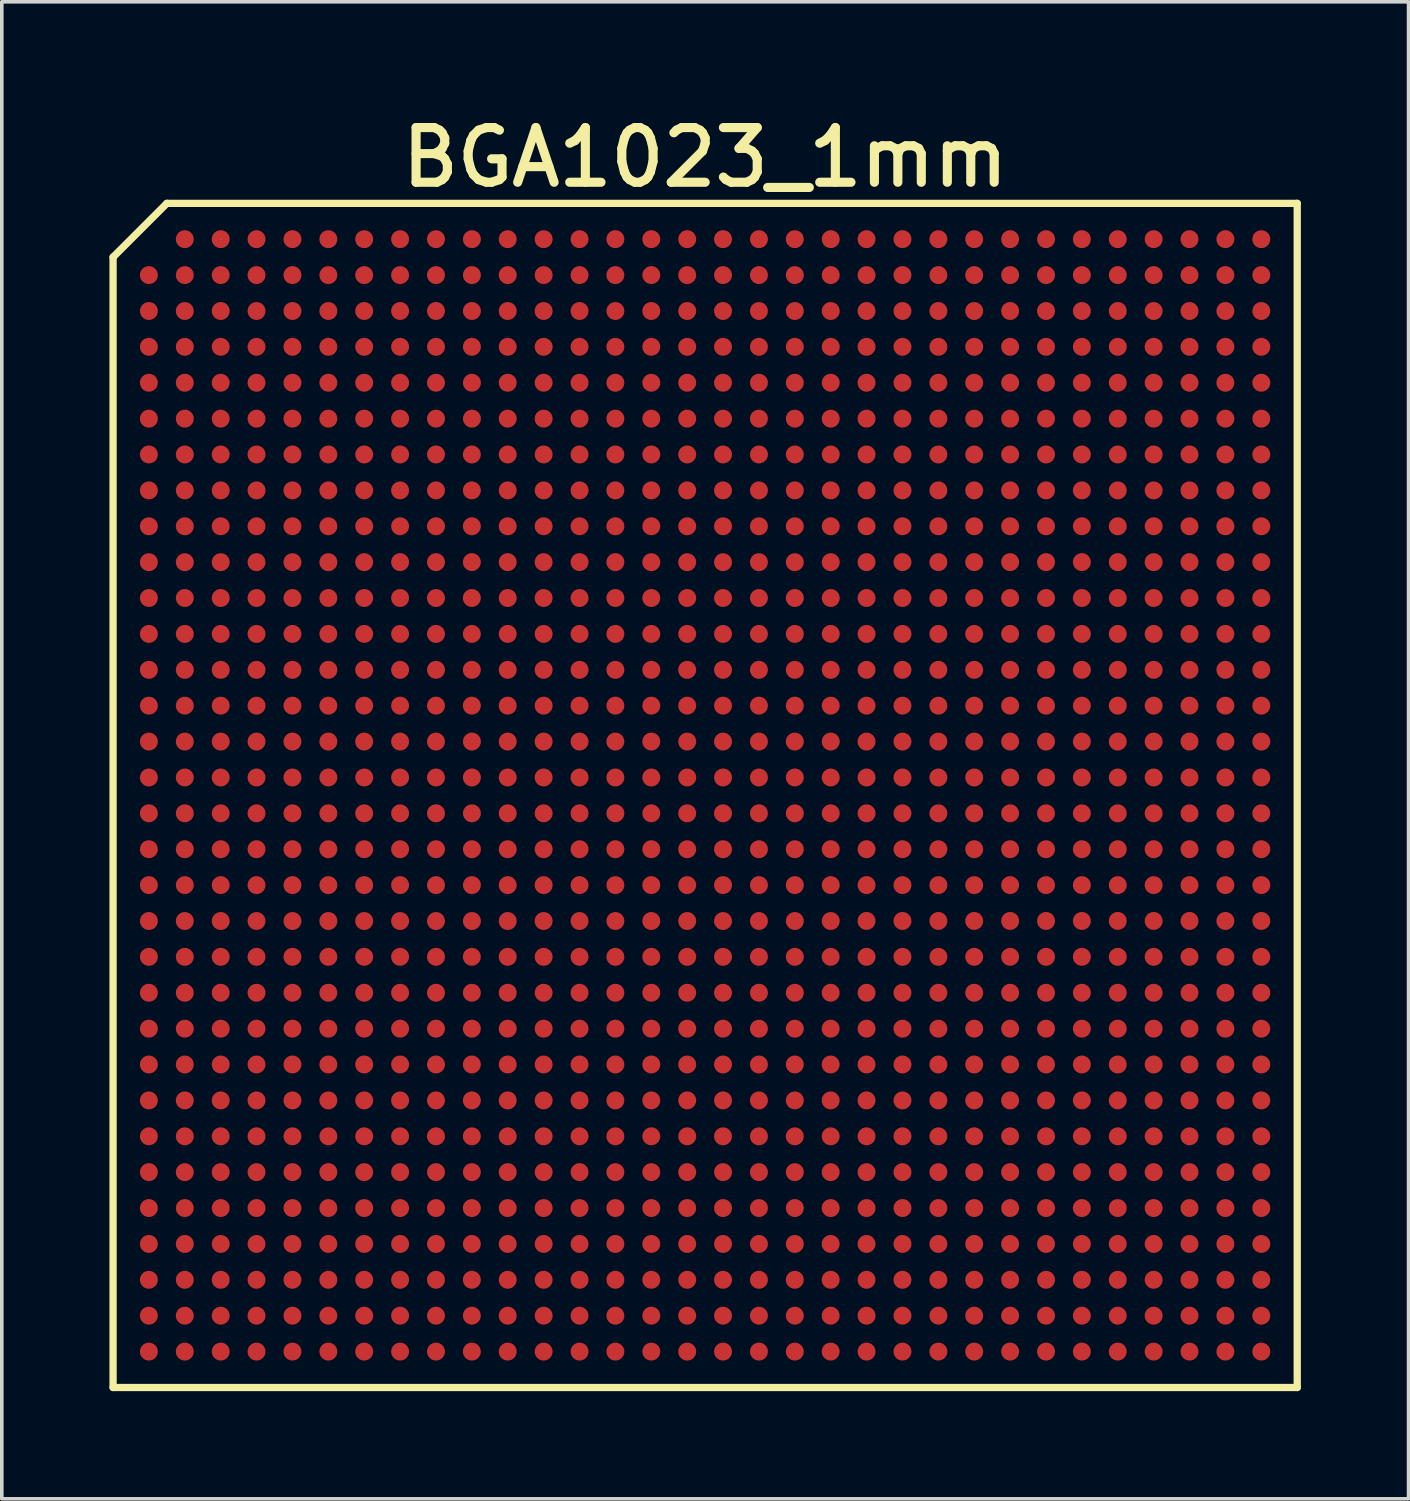
<source format=kicad_pcb>
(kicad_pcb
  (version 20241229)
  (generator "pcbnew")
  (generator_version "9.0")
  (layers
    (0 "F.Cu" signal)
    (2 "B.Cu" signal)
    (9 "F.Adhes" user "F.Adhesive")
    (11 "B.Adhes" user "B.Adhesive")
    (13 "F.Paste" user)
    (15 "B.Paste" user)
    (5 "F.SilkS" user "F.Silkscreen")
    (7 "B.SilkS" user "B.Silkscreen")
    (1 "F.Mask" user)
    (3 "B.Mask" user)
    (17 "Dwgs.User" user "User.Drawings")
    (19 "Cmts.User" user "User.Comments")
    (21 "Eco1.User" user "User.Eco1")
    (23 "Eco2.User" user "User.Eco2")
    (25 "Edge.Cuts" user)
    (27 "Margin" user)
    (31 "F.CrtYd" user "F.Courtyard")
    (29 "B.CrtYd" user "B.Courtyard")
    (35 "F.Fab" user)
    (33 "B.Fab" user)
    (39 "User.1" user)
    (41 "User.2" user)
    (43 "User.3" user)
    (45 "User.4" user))
  (footprint "BGA1023_1mm"
    (layer "F.Cu")
    (at 16.601 19.117)
    (property "Reference" "BGA1023_1mm" (at 0 -17.78 0) (layer "F.SilkS") (effects (font (size 1.524 1.524) (thickness 0.254))))
    (attr smd)
    (fp_line (start -16.5 -15.001) (end -15.001 -16.5) (stroke (width 0.203) (type solid)) (layer "F.SilkS"))
    (fp_line (start -16.5 16.5) (end -16.5 -15.001) (stroke (width 0.203) (type solid)) (layer "F.SilkS"))
    (fp_line (start -15.001 -16.5) (end 16.5 -16.5) (stroke (width 0.203) (type solid)) (layer "F.SilkS"))
    (fp_line (start -13.5 -15.502) (end -13.49 -15.502) (stroke (width 0.013) (type solid)) (layer "F.SilkS"))
    (fp_line (start 16.5 -16.5) (end 16.5 16.5) (stroke (width 0.203) (type solid)) (layer "F.SilkS"))
    (fp_line (start 16.5 16.5) (end -16.5 16.5) (stroke (width 0.203) (type solid)) (layer "F.SilkS"))
    (pad "A2" smd circle (at -14.501 -15.502) (size 0.5 0.5) (layers "F.Cu" "F.Mask" "F.Paste"))
    (pad "A3" smd circle (at -13.5 -15.502) (size 0.5 0.5) (layers "F.Cu" "F.Mask" "F.Paste"))
    (pad "A4" smd circle (at -12.502 -15.502) (size 0.5 0.5) (layers "F.Cu" "F.Mask" "F.Paste"))
    (pad "A5" smd circle (at -11.501 -15.502) (size 0.5 0.5) (layers "F.Cu" "F.Mask" "F.Paste"))
    (pad "A6" smd circle (at -10.5 -15.502) (size 0.5 0.5) (layers "F.Cu" "F.Mask" "F.Paste"))
    (pad "A7" smd circle (at -9.502 -15.502) (size 0.5 0.5) (layers "F.Cu" "F.Mask" "F.Paste"))
    (pad "A8" smd circle (at -8.501 -15.502) (size 0.5 0.5) (layers "F.Cu" "F.Mask" "F.Paste"))
    (pad "A9" smd circle (at -7.501 -15.502) (size 0.5 0.5) (layers "F.Cu" "F.Mask" "F.Paste"))
    (pad "A10" smd circle (at -6.5 -15.502) (size 0.5 0.5) (layers "F.Cu" "F.Mask" "F.Paste"))
    (pad "A11" smd circle (at -5.502 -15.502) (size 0.5 0.5) (layers "F.Cu" "F.Mask" "F.Paste"))
    (pad "A12" smd circle (at -4.501 -15.502) (size 0.5 0.5) (layers "F.Cu" "F.Mask" "F.Paste"))
    (pad "A13" smd circle (at -3.5 -15.502) (size 0.5 0.5) (layers "F.Cu" "F.Mask" "F.Paste"))
    (pad "A14" smd circle (at -2.502 -15.502) (size 0.5 0.5) (layers "F.Cu" "F.Mask" "F.Paste"))
    (pad "A15" smd circle (at -1.501 -15.502) (size 0.5 0.5) (layers "F.Cu" "F.Mask" "F.Paste"))
    (pad "A16" smd circle (at -0.5 -15.502) (size 0.5 0.5) (layers "F.Cu" "F.Mask" "F.Paste"))
    (pad "A17" smd circle (at 0.498 -15.502) (size 0.5 0.5) (layers "F.Cu" "F.Mask" "F.Paste"))
    (pad "A18" smd circle (at 1.499 -15.502) (size 0.5 0.5) (layers "F.Cu" "F.Mask" "F.Paste"))
    (pad "A19" smd circle (at 2.499 -15.502) (size 0.5 0.5) (layers "F.Cu" "F.Mask" "F.Paste"))
    (pad "A20" smd circle (at 3.5 -15.502) (size 0.5 0.5) (layers "F.Cu" "F.Mask" "F.Paste"))
    (pad "A21" smd circle (at 4.498 -15.502) (size 0.5 0.5) (layers "F.Cu" "F.Mask" "F.Paste"))
    (pad "A22" smd circle (at 5.499 -15.502) (size 0.5 0.5) (layers "F.Cu" "F.Mask" "F.Paste"))
    (pad "A23" smd circle (at 6.5 -15.502) (size 0.5 0.5) (layers "F.Cu" "F.Mask" "F.Paste"))
    (pad "A24" smd circle (at 7.498 -15.502) (size 0.5 0.5) (layers "F.Cu" "F.Mask" "F.Paste"))
    (pad "A25" smd circle (at 8.499 -15.502) (size 0.5 0.5) (layers "F.Cu" "F.Mask" "F.Paste"))
    (pad "A26" smd circle (at 9.5 -15.502) (size 0.5 0.5) (layers "F.Cu" "F.Mask" "F.Paste"))
    (pad "A27" smd circle (at 10.498 -15.502) (size 0.5 0.5) (layers "F.Cu" "F.Mask" "F.Paste"))
    (pad "A28" smd circle (at 11.499 -15.502) (size 0.5 0.5) (layers "F.Cu" "F.Mask" "F.Paste"))
    (pad "A29" smd circle (at 12.499 -15.502) (size 0.5 0.5) (layers "F.Cu" "F.Mask" "F.Paste"))
    (pad "A30" smd circle (at 13.498 -15.502) (size 0.5 0.5) (layers "F.Cu" "F.Mask" "F.Paste"))
    (pad "A31" smd circle (at 14.498 -15.502) (size 0.5 0.5) (layers "F.Cu" "F.Mask" "F.Paste"))
    (pad "A32" smd circle (at 15.499 -15.502) (size 0.5 0.5) (layers "F.Cu" "F.Mask" "F.Paste"))
    (pad "AA1" smd circle (at -15.502 4.498) (size 0.5 0.5) (layers "F.Cu" "F.Mask" "F.Paste"))
    (pad "AA2" smd circle (at -14.501 4.498) (size 0.5 0.5) (layers "F.Cu" "F.Mask" "F.Paste"))
    (pad "AA3" smd circle (at -13.5 4.498) (size 0.5 0.5) (layers "F.Cu" "F.Mask" "F.Paste"))
    (pad "AA4" smd circle (at -12.502 4.498) (size 0.5 0.5) (layers "F.Cu" "F.Mask" "F.Paste"))
    (pad "AA5" smd circle (at -11.501 4.498) (size 0.5 0.5) (layers "F.Cu" "F.Mask" "F.Paste"))
    (pad "AA6" smd circle (at -10.5 4.498) (size 0.5 0.5) (layers "F.Cu" "F.Mask" "F.Paste"))
    (pad "AA7" smd circle (at -9.502 4.498) (size 0.5 0.5) (layers "F.Cu" "F.Mask" "F.Paste"))
    (pad "AA8" smd circle (at -8.501 4.498) (size 0.5 0.5) (layers "F.Cu" "F.Mask" "F.Paste"))
    (pad "AA9" smd circle (at -7.501 4.498) (size 0.5 0.5) (layers "F.Cu" "F.Mask" "F.Paste"))
    (pad "AA10" smd circle (at -6.502 4.498) (size 0.5 0.5) (layers "F.Cu" "F.Mask" "F.Paste"))
    (pad "AA11" smd circle (at -5.502 4.498) (size 0.5 0.5) (layers "F.Cu" "F.Mask" "F.Paste"))
    (pad "AA12" smd circle (at -4.501 4.498) (size 0.5 0.5) (layers "F.Cu" "F.Mask" "F.Paste"))
    (pad "AA13" smd circle (at -3.5 4.498) (size 0.5 0.5) (layers "F.Cu" "F.Mask" "F.Paste"))
    (pad "AA14" smd circle (at -2.502 4.498) (size 0.5 0.5) (layers "F.Cu" "F.Mask" "F.Paste"))
    (pad "AA15" smd circle (at -1.501 4.498) (size 0.5 0.5) (layers "F.Cu" "F.Mask" "F.Paste"))
    (pad "AA16" smd circle (at -0.5 4.498) (size 0.5 0.5) (layers "F.Cu" "F.Mask" "F.Paste"))
    (pad "AA17" smd circle (at 0.498 4.498) (size 0.5 0.5) (layers "F.Cu" "F.Mask" "F.Paste"))
    (pad "AA18" smd circle (at 1.499 4.498) (size 0.5 0.5) (layers "F.Cu" "F.Mask" "F.Paste"))
    (pad "AA19" smd circle (at 2.499 4.498) (size 0.5 0.5) (layers "F.Cu" "F.Mask" "F.Paste"))
    (pad "AA20" smd circle (at 3.498 4.498) (size 0.5 0.5) (layers "F.Cu" "F.Mask" "F.Paste"))
    (pad "AA21" smd circle (at 4.498 4.498) (size 0.5 0.5) (layers "F.Cu" "F.Mask" "F.Paste"))
    (pad "AA22" smd circle (at 5.499 4.498) (size 0.5 0.5) (layers "F.Cu" "F.Mask" "F.Paste"))
    (pad "AA23" smd circle (at 6.5 4.498) (size 0.5 0.5) (layers "F.Cu" "F.Mask" "F.Paste"))
    (pad "AA24" smd circle (at 7.498 4.498) (size 0.5 0.5) (layers "F.Cu" "F.Mask" "F.Paste"))
    (pad "AA25" smd circle (at 8.499 4.498) (size 0.5 0.5) (layers "F.Cu" "F.Mask" "F.Paste"))
    (pad "AA26" smd circle (at 9.5 4.498) (size 0.5 0.5) (layers "F.Cu" "F.Mask" "F.Paste"))
    (pad "AA27" smd circle (at 10.498 4.498) (size 0.5 0.5) (layers "F.Cu" "F.Mask" "F.Paste"))
    (pad "AA28" smd circle (at 11.499 4.498) (size 0.5 0.5) (layers "F.Cu" "F.Mask" "F.Paste"))
    (pad "AA29" smd circle (at 12.499 4.498) (size 0.5 0.5) (layers "F.Cu" "F.Mask" "F.Paste"))
    (pad "AA30" smd circle (at 13.498 4.498) (size 0.5 0.5) (layers "F.Cu" "F.Mask" "F.Paste"))
    (pad "AA31" smd circle (at 14.498 4.498) (size 0.5 0.5) (layers "F.Cu" "F.Mask" "F.Paste"))
    (pad "AA32" smd circle (at 15.499 4.498) (size 0.5 0.5) (layers "F.Cu" "F.Mask" "F.Paste"))
    (pad "AB1" smd circle (at -15.502 5.499) (size 0.5 0.5) (layers "F.Cu" "F.Mask" "F.Paste"))
    (pad "AB2" smd circle (at -14.501 5.499) (size 0.5 0.5) (layers "F.Cu" "F.Mask" "F.Paste"))
    (pad "AB3" smd circle (at -13.5 5.499) (size 0.5 0.5) (layers "F.Cu" "F.Mask" "F.Paste"))
    (pad "AB4" smd circle (at -12.502 5.499) (size 0.5 0.5) (layers "F.Cu" "F.Mask" "F.Paste"))
    (pad "AB5" smd circle (at -11.501 5.499) (size 0.5 0.5) (layers "F.Cu" "F.Mask" "F.Paste"))
    (pad "AB6" smd circle (at -10.5 5.499) (size 0.5 0.5) (layers "F.Cu" "F.Mask" "F.Paste"))
    (pad "AB7" smd circle (at -9.502 5.499) (size 0.5 0.5) (layers "F.Cu" "F.Mask" "F.Paste"))
    (pad "AB8" smd circle (at -8.501 5.499) (size 0.5 0.5) (layers "F.Cu" "F.Mask" "F.Paste"))
    (pad "AB9" smd circle (at -7.501 5.499) (size 0.5 0.5) (layers "F.Cu" "F.Mask" "F.Paste"))
    (pad "AB10" smd circle (at -6.502 5.499) (size 0.5 0.5) (layers "F.Cu" "F.Mask" "F.Paste"))
    (pad "AB11" smd circle (at -5.502 5.499) (size 0.5 0.5) (layers "F.Cu" "F.Mask" "F.Paste"))
    (pad "AB12" smd circle (at -4.501 5.499) (size 0.5 0.5) (layers "F.Cu" "F.Mask" "F.Paste"))
    (pad "AB13" smd circle (at -3.5 5.499) (size 0.5 0.5) (layers "F.Cu" "F.Mask" "F.Paste"))
    (pad "AB14" smd circle (at -2.502 5.499) (size 0.5 0.5) (layers "F.Cu" "F.Mask" "F.Paste"))
    (pad "AB15" smd circle (at -1.501 5.499) (size 0.5 0.5) (layers "F.Cu" "F.Mask" "F.Paste"))
    (pad "AB16" smd circle (at -0.5 5.499) (size 0.5 0.5) (layers "F.Cu" "F.Mask" "F.Paste"))
    (pad "AB17" smd circle (at 0.498 5.499) (size 0.5 0.5) (layers "F.Cu" "F.Mask" "F.Paste"))
    (pad "AB18" smd circle (at 1.499 5.499) (size 0.5 0.5) (layers "F.Cu" "F.Mask" "F.Paste"))
    (pad "AB19" smd circle (at 2.499 5.499) (size 0.5 0.5) (layers "F.Cu" "F.Mask" "F.Paste"))
    (pad "AB20" smd circle (at 3.498 5.499) (size 0.5 0.5) (layers "F.Cu" "F.Mask" "F.Paste"))
    (pad "AB21" smd circle (at 4.498 5.499) (size 0.5 0.5) (layers "F.Cu" "F.Mask" "F.Paste"))
    (pad "AB22" smd circle (at 5.499 5.499) (size 0.5 0.5) (layers "F.Cu" "F.Mask" "F.Paste"))
    (pad "AB23" smd circle (at 6.5 5.499) (size 0.5 0.5) (layers "F.Cu" "F.Mask" "F.Paste"))
    (pad "AB24" smd circle (at 7.498 5.499) (size 0.5 0.5) (layers "F.Cu" "F.Mask" "F.Paste"))
    (pad "AB25" smd circle (at 8.499 5.499) (size 0.5 0.5) (layers "F.Cu" "F.Mask" "F.Paste"))
    (pad "AB26" smd circle (at 9.5 5.499) (size 0.5 0.5) (layers "F.Cu" "F.Mask" "F.Paste"))
    (pad "AB27" smd circle (at 10.498 5.499) (size 0.5 0.5) (layers "F.Cu" "F.Mask" "F.Paste"))
    (pad "AB28" smd circle (at 11.499 5.499) (size 0.5 0.5) (layers "F.Cu" "F.Mask" "F.Paste"))
    (pad "AB29" smd circle (at 12.499 5.499) (size 0.5 0.5) (layers "F.Cu" "F.Mask" "F.Paste"))
    (pad "AB30" smd circle (at 13.498 5.499) (size 0.5 0.5) (layers "F.Cu" "F.Mask" "F.Paste"))
    (pad "AB31" smd circle (at 14.498 5.499) (size 0.5 0.5) (layers "F.Cu" "F.Mask" "F.Paste"))
    (pad "AB32" smd circle (at 15.499 5.499) (size 0.5 0.5) (layers "F.Cu" "F.Mask" "F.Paste"))
    (pad "AC1" smd circle (at -15.502 6.5) (size 0.5 0.5) (layers "F.Cu" "F.Mask" "F.Paste"))
    (pad "AC2" smd circle (at -14.501 6.5) (size 0.5 0.5) (layers "F.Cu" "F.Mask" "F.Paste"))
    (pad "AC3" smd circle (at -13.5 6.5) (size 0.5 0.5) (layers "F.Cu" "F.Mask" "F.Paste"))
    (pad "AC4" smd circle (at -12.502 6.5) (size 0.5 0.5) (layers "F.Cu" "F.Mask" "F.Paste"))
    (pad "AC5" smd circle (at -11.501 6.5) (size 0.5 0.5) (layers "F.Cu" "F.Mask" "F.Paste"))
    (pad "AC6" smd circle (at -10.5 6.5) (size 0.5 0.5) (layers "F.Cu" "F.Mask" "F.Paste"))
    (pad "AC7" smd circle (at -9.502 6.5) (size 0.5 0.5) (layers "F.Cu" "F.Mask" "F.Paste"))
    (pad "AC8" smd circle (at -8.501 6.5) (size 0.5 0.5) (layers "F.Cu" "F.Mask" "F.Paste"))
    (pad "AC9" smd circle (at -7.501 6.5) (size 0.5 0.5) (layers "F.Cu" "F.Mask" "F.Paste"))
    (pad "AC10" smd circle (at -6.502 6.5) (size 0.5 0.5) (layers "F.Cu" "F.Mask" "F.Paste"))
    (pad "AC11" smd circle (at -5.502 6.5) (size 0.5 0.5) (layers "F.Cu" "F.Mask" "F.Paste"))
    (pad "AC12" smd circle (at -4.501 6.5) (size 0.5 0.5) (layers "F.Cu" "F.Mask" "F.Paste"))
    (pad "AC13" smd circle (at -3.5 6.5) (size 0.5 0.5) (layers "F.Cu" "F.Mask" "F.Paste"))
    (pad "AC14" smd circle (at -2.502 6.5) (size 0.5 0.5) (layers "F.Cu" "F.Mask" "F.Paste"))
    (pad "AC15" smd circle (at -1.501 6.5) (size 0.5 0.5) (layers "F.Cu" "F.Mask" "F.Paste"))
    (pad "AC16" smd circle (at -0.5 6.5) (size 0.5 0.5) (layers "F.Cu" "F.Mask" "F.Paste"))
    (pad "AC17" smd circle (at 0.498 6.5) (size 0.5 0.5) (layers "F.Cu" "F.Mask" "F.Paste"))
    (pad "AC18" smd circle (at 1.499 6.5) (size 0.5 0.5) (layers "F.Cu" "F.Mask" "F.Paste"))
    (pad "AC19" smd circle (at 2.499 6.5) (size 0.5 0.5) (layers "F.Cu" "F.Mask" "F.Paste"))
    (pad "AC20" smd circle (at 3.498 6.5) (size 0.5 0.5) (layers "F.Cu" "F.Mask" "F.Paste"))
    (pad "AC21" smd circle (at 4.498 6.5) (size 0.5 0.5) (layers "F.Cu" "F.Mask" "F.Paste"))
    (pad "AC22" smd circle (at 5.499 6.5) (size 0.5 0.5) (layers "F.Cu" "F.Mask" "F.Paste"))
    (pad "AC23" smd circle (at 6.5 6.5) (size 0.5 0.5) (layers "F.Cu" "F.Mask" "F.Paste"))
    (pad "AC24" smd circle (at 7.498 6.5) (size 0.5 0.5) (layers "F.Cu" "F.Mask" "F.Paste"))
    (pad "AC25" smd circle (at 8.499 6.5) (size 0.5 0.5) (layers "F.Cu" "F.Mask" "F.Paste"))
    (pad "AC26" smd circle (at 9.5 6.5) (size 0.5 0.5) (layers "F.Cu" "F.Mask" "F.Paste"))
    (pad "AC27" smd circle (at 10.498 6.5) (size 0.5 0.5) (layers "F.Cu" "F.Mask" "F.Paste"))
    (pad "AC28" smd circle (at 11.499 6.5) (size 0.5 0.5) (layers "F.Cu" "F.Mask" "F.Paste"))
    (pad "AC29" smd circle (at 12.499 6.5) (size 0.5 0.5) (layers "F.Cu" "F.Mask" "F.Paste"))
    (pad "AC30" smd circle (at 13.498 6.5) (size 0.5 0.5) (layers "F.Cu" "F.Mask" "F.Paste"))
    (pad "AC31" smd circle (at 14.498 6.5) (size 0.5 0.5) (layers "F.Cu" "F.Mask" "F.Paste"))
    (pad "AC32" smd circle (at 15.499 6.5) (size 0.5 0.5) (layers "F.Cu" "F.Mask" "F.Paste"))
    (pad "AD1" smd circle (at -15.502 7.498) (size 0.5 0.5) (layers "F.Cu" "F.Mask" "F.Paste"))
    (pad "AD2" smd circle (at -14.501 7.498) (size 0.5 0.5) (layers "F.Cu" "F.Mask" "F.Paste"))
    (pad "AD3" smd circle (at -13.5 7.498) (size 0.5 0.5) (layers "F.Cu" "F.Mask" "F.Paste"))
    (pad "AD4" smd circle (at -12.502 7.498) (size 0.5 0.5) (layers "F.Cu" "F.Mask" "F.Paste"))
    (pad "AD5" smd circle (at -11.501 7.498) (size 0.5 0.5) (layers "F.Cu" "F.Mask" "F.Paste"))
    (pad "AD6" smd circle (at -10.5 7.498) (size 0.5 0.5) (layers "F.Cu" "F.Mask" "F.Paste"))
    (pad "AD7" smd circle (at -9.502 7.498) (size 0.5 0.5) (layers "F.Cu" "F.Mask" "F.Paste"))
    (pad "AD8" smd circle (at -8.501 7.498) (size 0.5 0.5) (layers "F.Cu" "F.Mask" "F.Paste"))
    (pad "AD9" smd circle (at -7.501 7.498) (size 0.5 0.5) (layers "F.Cu" "F.Mask" "F.Paste"))
    (pad "AD10" smd circle (at -6.502 7.498) (size 0.5 0.5) (layers "F.Cu" "F.Mask" "F.Paste"))
    (pad "AD11" smd circle (at -5.502 7.498) (size 0.5 0.5) (layers "F.Cu" "F.Mask" "F.Paste"))
    (pad "AD12" smd circle (at -4.501 7.498) (size 0.5 0.5) (layers "F.Cu" "F.Mask" "F.Paste"))
    (pad "AD13" smd circle (at -3.5 7.498) (size 0.5 0.5) (layers "F.Cu" "F.Mask" "F.Paste"))
    (pad "AD14" smd circle (at -2.502 7.498) (size 0.5 0.5) (layers "F.Cu" "F.Mask" "F.Paste"))
    (pad "AD15" smd circle (at -1.501 7.498) (size 0.5 0.5) (layers "F.Cu" "F.Mask" "F.Paste"))
    (pad "AD16" smd circle (at -0.5 7.498) (size 0.5 0.5) (layers "F.Cu" "F.Mask" "F.Paste"))
    (pad "AD17" smd circle (at 0.498 7.498) (size 0.5 0.5) (layers "F.Cu" "F.Mask" "F.Paste"))
    (pad "AD18" smd circle (at 1.499 7.498) (size 0.5 0.5) (layers "F.Cu" "F.Mask" "F.Paste"))
    (pad "AD19" smd circle (at 2.499 7.498) (size 0.5 0.5) (layers "F.Cu" "F.Mask" "F.Paste"))
    (pad "AD20" smd circle (at 3.498 7.498) (size 0.5 0.5) (layers "F.Cu" "F.Mask" "F.Paste"))
    (pad "AD21" smd circle (at 4.498 7.498) (size 0.5 0.5) (layers "F.Cu" "F.Mask" "F.Paste"))
    (pad "AD22" smd circle (at 5.499 7.498) (size 0.5 0.5) (layers "F.Cu" "F.Mask" "F.Paste"))
    (pad "AD23" smd circle (at 6.5 7.498) (size 0.5 0.5) (layers "F.Cu" "F.Mask" "F.Paste"))
    (pad "AD24" smd circle (at 7.498 7.498) (size 0.5 0.5) (layers "F.Cu" "F.Mask" "F.Paste"))
    (pad "AD25" smd circle (at 8.499 7.498) (size 0.5 0.5) (layers "F.Cu" "F.Mask" "F.Paste"))
    (pad "AD26" smd circle (at 9.5 7.498) (size 0.5 0.5) (layers "F.Cu" "F.Mask" "F.Paste"))
    (pad "AD27" smd circle (at 10.498 7.498) (size 0.5 0.5) (layers "F.Cu" "F.Mask" "F.Paste"))
    (pad "AD28" smd circle (at 11.499 7.498) (size 0.5 0.5) (layers "F.Cu" "F.Mask" "F.Paste"))
    (pad "AD29" smd circle (at 12.499 7.498) (size 0.5 0.5) (layers "F.Cu" "F.Mask" "F.Paste"))
    (pad "AD30" smd circle (at 13.498 7.498) (size 0.5 0.5) (layers "F.Cu" "F.Mask" "F.Paste"))
    (pad "AD31" smd circle (at 14.498 7.498) (size 0.5 0.5) (layers "F.Cu" "F.Mask" "F.Paste"))
    (pad "AD32" smd circle (at 15.499 7.498) (size 0.5 0.5) (layers "F.Cu" "F.Mask" "F.Paste"))
    (pad "AE1" smd circle (at -15.502 8.499) (size 0.5 0.5) (layers "F.Cu" "F.Mask" "F.Paste"))
    (pad "AE2" smd circle (at -14.501 8.499) (size 0.5 0.5) (layers "F.Cu" "F.Mask" "F.Paste"))
    (pad "AE3" smd circle (at -13.5 8.499) (size 0.5 0.5) (layers "F.Cu" "F.Mask" "F.Paste"))
    (pad "AE4" smd circle (at -12.502 8.499) (size 0.5 0.5) (layers "F.Cu" "F.Mask" "F.Paste"))
    (pad "AE5" smd circle (at -11.501 8.499) (size 0.5 0.5) (layers "F.Cu" "F.Mask" "F.Paste"))
    (pad "AE6" smd circle (at -10.5 8.499) (size 0.5 0.5) (layers "F.Cu" "F.Mask" "F.Paste"))
    (pad "AE7" smd circle (at -9.502 8.499) (size 0.5 0.5) (layers "F.Cu" "F.Mask" "F.Paste"))
    (pad "AE8" smd circle (at -8.501 8.499) (size 0.5 0.5) (layers "F.Cu" "F.Mask" "F.Paste"))
    (pad "AE9" smd circle (at -7.501 8.499) (size 0.5 0.5) (layers "F.Cu" "F.Mask" "F.Paste"))
    (pad "AE10" smd circle (at -6.502 8.499) (size 0.5 0.5) (layers "F.Cu" "F.Mask" "F.Paste"))
    (pad "AE11" smd circle (at -5.502 8.499) (size 0.5 0.5) (layers "F.Cu" "F.Mask" "F.Paste"))
    (pad "AE12" smd circle (at -4.501 8.499) (size 0.5 0.5) (layers "F.Cu" "F.Mask" "F.Paste"))
    (pad "AE13" smd circle (at -3.5 8.499) (size 0.5 0.5) (layers "F.Cu" "F.Mask" "F.Paste"))
    (pad "AE14" smd circle (at -2.502 8.499) (size 0.5 0.5) (layers "F.Cu" "F.Mask" "F.Paste"))
    (pad "AE15" smd circle (at -1.501 8.499) (size 0.5 0.5) (layers "F.Cu" "F.Mask" "F.Paste"))
    (pad "AE16" smd circle (at -0.5 8.499) (size 0.5 0.5) (layers "F.Cu" "F.Mask" "F.Paste"))
    (pad "AE17" smd circle (at 0.498 8.499) (size 0.5 0.5) (layers "F.Cu" "F.Mask" "F.Paste"))
    (pad "AE18" smd circle (at 1.499 8.499) (size 0.5 0.5) (layers "F.Cu" "F.Mask" "F.Paste"))
    (pad "AE19" smd circle (at 2.499 8.499) (size 0.5 0.5) (layers "F.Cu" "F.Mask" "F.Paste"))
    (pad "AE20" smd circle (at 3.498 8.499) (size 0.5 0.5) (layers "F.Cu" "F.Mask" "F.Paste"))
    (pad "AE21" smd circle (at 4.498 8.499) (size 0.5 0.5) (layers "F.Cu" "F.Mask" "F.Paste"))
    (pad "AE22" smd circle (at 5.499 8.499) (size 0.5 0.5) (layers "F.Cu" "F.Mask" "F.Paste"))
    (pad "AE23" smd circle (at 6.5 8.499) (size 0.5 0.5) (layers "F.Cu" "F.Mask" "F.Paste"))
    (pad "AE24" smd circle (at 7.498 8.499) (size 0.5 0.5) (layers "F.Cu" "F.Mask" "F.Paste"))
    (pad "AE25" smd circle (at 8.499 8.499) (size 0.5 0.5) (layers "F.Cu" "F.Mask" "F.Paste"))
    (pad "AE26" smd circle (at 9.5 8.499) (size 0.5 0.5) (layers "F.Cu" "F.Mask" "F.Paste"))
    (pad "AE27" smd circle (at 10.498 8.499) (size 0.5 0.5) (layers "F.Cu" "F.Mask" "F.Paste"))
    (pad "AE28" smd circle (at 11.499 8.499) (size 0.5 0.5) (layers "F.Cu" "F.Mask" "F.Paste"))
    (pad "AE29" smd circle (at 12.499 8.499) (size 0.5 0.5) (layers "F.Cu" "F.Mask" "F.Paste"))
    (pad "AE30" smd circle (at 13.498 8.499) (size 0.5 0.5) (layers "F.Cu" "F.Mask" "F.Paste"))
    (pad "AE31" smd circle (at 14.498 8.499) (size 0.5 0.5) (layers "F.Cu" "F.Mask" "F.Paste"))
    (pad "AE32" smd circle (at 15.499 8.499) (size 0.5 0.5) (layers "F.Cu" "F.Mask" "F.Paste"))
    (pad "AF1" smd circle (at -15.502 9.5) (size 0.5 0.5) (layers "F.Cu" "F.Mask" "F.Paste"))
    (pad "AF2" smd circle (at -14.501 9.5) (size 0.5 0.5) (layers "F.Cu" "F.Mask" "F.Paste"))
    (pad "AF3" smd circle (at -13.5 9.5) (size 0.5 0.5) (layers "F.Cu" "F.Mask" "F.Paste"))
    (pad "AF4" smd circle (at -12.502 9.5) (size 0.5 0.5) (layers "F.Cu" "F.Mask" "F.Paste"))
    (pad "AF5" smd circle (at -11.501 9.5) (size 0.5 0.5) (layers "F.Cu" "F.Mask" "F.Paste"))
    (pad "AF6" smd circle (at -10.5 9.5) (size 0.5 0.5) (layers "F.Cu" "F.Mask" "F.Paste"))
    (pad "AF7" smd circle (at -9.502 9.5) (size 0.5 0.5) (layers "F.Cu" "F.Mask" "F.Paste"))
    (pad "AF8" smd circle (at -8.501 9.5) (size 0.5 0.5) (layers "F.Cu" "F.Mask" "F.Paste"))
    (pad "AF9" smd circle (at -7.501 9.5) (size 0.5 0.5) (layers "F.Cu" "F.Mask" "F.Paste"))
    (pad "AF10" smd circle (at -6.502 9.5) (size 0.5 0.5) (layers "F.Cu" "F.Mask" "F.Paste"))
    (pad "AF11" smd circle (at -5.502 9.5) (size 0.5 0.5) (layers "F.Cu" "F.Mask" "F.Paste"))
    (pad "AF12" smd circle (at -4.501 9.5) (size 0.5 0.5) (layers "F.Cu" "F.Mask" "F.Paste"))
    (pad "AF13" smd circle (at -3.5 9.5) (size 0.5 0.5) (layers "F.Cu" "F.Mask" "F.Paste"))
    (pad "AF14" smd circle (at -2.502 9.5) (size 0.5 0.5) (layers "F.Cu" "F.Mask" "F.Paste"))
    (pad "AF15" smd circle (at -1.501 9.5) (size 0.5 0.5) (layers "F.Cu" "F.Mask" "F.Paste"))
    (pad "AF16" smd circle (at -0.5 9.5) (size 0.5 0.5) (layers "F.Cu" "F.Mask" "F.Paste"))
    (pad "AF17" smd circle (at 0.498 9.5) (size 0.5 0.5) (layers "F.Cu" "F.Mask" "F.Paste"))
    (pad "AF18" smd circle (at 1.499 9.5) (size 0.5 0.5) (layers "F.Cu" "F.Mask" "F.Paste"))
    (pad "AF19" smd circle (at 2.499 9.5) (size 0.5 0.5) (layers "F.Cu" "F.Mask" "F.Paste"))
    (pad "AF20" smd circle (at 3.498 9.5) (size 0.5 0.5) (layers "F.Cu" "F.Mask" "F.Paste"))
    (pad "AF21" smd circle (at 4.498 9.5) (size 0.5 0.5) (layers "F.Cu" "F.Mask" "F.Paste"))
    (pad "AF22" smd circle (at 5.499 9.5) (size 0.5 0.5) (layers "F.Cu" "F.Mask" "F.Paste"))
    (pad "AF23" smd circle (at 6.5 9.5) (size 0.5 0.5) (layers "F.Cu" "F.Mask" "F.Paste"))
    (pad "AF24" smd circle (at 7.498 9.5) (size 0.5 0.5) (layers "F.Cu" "F.Mask" "F.Paste"))
    (pad "AF25" smd circle (at 8.499 9.5) (size 0.5 0.5) (layers "F.Cu" "F.Mask" "F.Paste"))
    (pad "AF26" smd circle (at 9.5 9.5) (size 0.5 0.5) (layers "F.Cu" "F.Mask" "F.Paste"))
    (pad "AF27" smd circle (at 10.498 9.5) (size 0.5 0.5) (layers "F.Cu" "F.Mask" "F.Paste"))
    (pad "AF28" smd circle (at 11.499 9.5) (size 0.5 0.5) (layers "F.Cu" "F.Mask" "F.Paste"))
    (pad "AF29" smd circle (at 12.499 9.5) (size 0.5 0.5) (layers "F.Cu" "F.Mask" "F.Paste"))
    (pad "AF30" smd circle (at 13.498 9.5) (size 0.5 0.5) (layers "F.Cu" "F.Mask" "F.Paste"))
    (pad "AF31" smd circle (at 14.498 9.5) (size 0.5 0.5) (layers "F.Cu" "F.Mask" "F.Paste"))
    (pad "AF32" smd circle (at 15.499 9.5) (size 0.5 0.5) (layers "F.Cu" "F.Mask" "F.Paste"))
    (pad "AG1" smd circle (at -15.502 10.498) (size 0.5 0.5) (layers "F.Cu" "F.Mask" "F.Paste"))
    (pad "AG2" smd circle (at -14.501 10.498) (size 0.5 0.5) (layers "F.Cu" "F.Mask" "F.Paste"))
    (pad "AG3" smd circle (at -13.5 10.498) (size 0.5 0.5) (layers "F.Cu" "F.Mask" "F.Paste"))
    (pad "AG4" smd circle (at -12.502 10.498) (size 0.5 0.5) (layers "F.Cu" "F.Mask" "F.Paste"))
    (pad "AG5" smd circle (at -11.501 10.498) (size 0.5 0.5) (layers "F.Cu" "F.Mask" "F.Paste"))
    (pad "AG6" smd circle (at -10.5 10.498) (size 0.5 0.5) (layers "F.Cu" "F.Mask" "F.Paste"))
    (pad "AG7" smd circle (at -9.502 10.498) (size 0.5 0.5) (layers "F.Cu" "F.Mask" "F.Paste"))
    (pad "AG8" smd circle (at -8.501 10.498) (size 0.5 0.5) (layers "F.Cu" "F.Mask" "F.Paste"))
    (pad "AG9" smd circle (at -7.501 10.498) (size 0.5 0.5) (layers "F.Cu" "F.Mask" "F.Paste"))
    (pad "AG10" smd circle (at -6.502 10.498) (size 0.5 0.5) (layers "F.Cu" "F.Mask" "F.Paste"))
    (pad "AG11" smd circle (at -5.502 10.498) (size 0.5 0.5) (layers "F.Cu" "F.Mask" "F.Paste"))
    (pad "AG12" smd circle (at -4.501 10.498) (size 0.5 0.5) (layers "F.Cu" "F.Mask" "F.Paste"))
    (pad "AG13" smd circle (at -3.5 10.498) (size 0.5 0.5) (layers "F.Cu" "F.Mask" "F.Paste"))
    (pad "AG14" smd circle (at -2.502 10.498) (size 0.5 0.5) (layers "F.Cu" "F.Mask" "F.Paste"))
    (pad "AG15" smd circle (at -1.501 10.498) (size 0.5 0.5) (layers "F.Cu" "F.Mask" "F.Paste"))
    (pad "AG16" smd circle (at -0.5 10.498) (size 0.5 0.5) (layers "F.Cu" "F.Mask" "F.Paste"))
    (pad "AG17" smd circle (at 0.498 10.498) (size 0.5 0.5) (layers "F.Cu" "F.Mask" "F.Paste"))
    (pad "AG18" smd circle (at 1.499 10.498) (size 0.5 0.5) (layers "F.Cu" "F.Mask" "F.Paste"))
    (pad "AG19" smd circle (at 2.499 10.498) (size 0.5 0.5) (layers "F.Cu" "F.Mask" "F.Paste"))
    (pad "AG20" smd circle (at 3.498 10.498) (size 0.5 0.5) (layers "F.Cu" "F.Mask" "F.Paste"))
    (pad "AG21" smd circle (at 4.498 10.498) (size 0.5 0.5) (layers "F.Cu" "F.Mask" "F.Paste"))
    (pad "AG22" smd circle (at 5.499 10.498) (size 0.5 0.5) (layers "F.Cu" "F.Mask" "F.Paste"))
    (pad "AG23" smd circle (at 6.5 10.498) (size 0.5 0.5) (layers "F.Cu" "F.Mask" "F.Paste"))
    (pad "AG24" smd circle (at 7.498 10.498) (size 0.5 0.5) (layers "F.Cu" "F.Mask" "F.Paste"))
    (pad "AG25" smd circle (at 8.499 10.498) (size 0.5 0.5) (layers "F.Cu" "F.Mask" "F.Paste"))
    (pad "AG26" smd circle (at 9.5 10.498) (size 0.5 0.5) (layers "F.Cu" "F.Mask" "F.Paste"))
    (pad "AG27" smd circle (at 10.498 10.498) (size 0.5 0.5) (layers "F.Cu" "F.Mask" "F.Paste"))
    (pad "AG28" smd circle (at 11.499 10.498) (size 0.5 0.5) (layers "F.Cu" "F.Mask" "F.Paste"))
    (pad "AG29" smd circle (at 12.499 10.498) (size 0.5 0.5) (layers "F.Cu" "F.Mask" "F.Paste"))
    (pad "AG30" smd circle (at 13.498 10.498) (size 0.5 0.5) (layers "F.Cu" "F.Mask" "F.Paste"))
    (pad "AG31" smd circle (at 14.498 10.498) (size 0.5 0.5) (layers "F.Cu" "F.Mask" "F.Paste"))
    (pad "AG32" smd circle (at 15.499 10.498) (size 0.5 0.5) (layers "F.Cu" "F.Mask" "F.Paste"))
    (pad "AH1" smd circle (at -15.502 11.499) (size 0.5 0.5) (layers "F.Cu" "F.Mask" "F.Paste"))
    (pad "AH2" smd circle (at -14.501 11.499) (size 0.5 0.5) (layers "F.Cu" "F.Mask" "F.Paste"))
    (pad "AH3" smd circle (at -13.5 11.499) (size 0.5 0.5) (layers "F.Cu" "F.Mask" "F.Paste"))
    (pad "AH4" smd circle (at -12.502 11.499) (size 0.5 0.5) (layers "F.Cu" "F.Mask" "F.Paste"))
    (pad "AH5" smd circle (at -11.501 11.499) (size 0.5 0.5) (layers "F.Cu" "F.Mask" "F.Paste"))
    (pad "AH6" smd circle (at -10.5 11.499) (size 0.5 0.5) (layers "F.Cu" "F.Mask" "F.Paste"))
    (pad "AH7" smd circle (at -9.502 11.499) (size 0.5 0.5) (layers "F.Cu" "F.Mask" "F.Paste"))
    (pad "AH8" smd circle (at -8.501 11.499) (size 0.5 0.5) (layers "F.Cu" "F.Mask" "F.Paste"))
    (pad "AH9" smd circle (at -7.501 11.499) (size 0.5 0.5) (layers "F.Cu" "F.Mask" "F.Paste"))
    (pad "AH10" smd circle (at -6.502 11.499) (size 0.5 0.5) (layers "F.Cu" "F.Mask" "F.Paste"))
    (pad "AH11" smd circle (at -5.502 11.499) (size 0.5 0.5) (layers "F.Cu" "F.Mask" "F.Paste"))
    (pad "AH12" smd circle (at -4.501 11.499) (size 0.5 0.5) (layers "F.Cu" "F.Mask" "F.Paste"))
    (pad "AH13" smd circle (at -3.5 11.499) (size 0.5 0.5) (layers "F.Cu" "F.Mask" "F.Paste"))
    (pad "AH14" smd circle (at -2.502 11.499) (size 0.5 0.5) (layers "F.Cu" "F.Mask" "F.Paste"))
    (pad "AH15" smd circle (at -1.501 11.499) (size 0.5 0.5) (layers "F.Cu" "F.Mask" "F.Paste"))
    (pad "AH16" smd circle (at -0.5 11.499) (size 0.5 0.5) (layers "F.Cu" "F.Mask" "F.Paste"))
    (pad "AH17" smd circle (at 0.498 11.499) (size 0.5 0.5) (layers "F.Cu" "F.Mask" "F.Paste"))
    (pad "AH18" smd circle (at 1.499 11.499) (size 0.5 0.5) (layers "F.Cu" "F.Mask" "F.Paste"))
    (pad "AH19" smd circle (at 2.499 11.499) (size 0.5 0.5) (layers "F.Cu" "F.Mask" "F.Paste"))
    (pad "AH20" smd circle (at 3.498 11.499) (size 0.5 0.5) (layers "F.Cu" "F.Mask" "F.Paste"))
    (pad "AH21" smd circle (at 4.498 11.499) (size 0.5 0.5) (layers "F.Cu" "F.Mask" "F.Paste"))
    (pad "AH22" smd circle (at 5.499 11.499) (size 0.5 0.5) (layers "F.Cu" "F.Mask" "F.Paste"))
    (pad "AH23" smd circle (at 6.5 11.499) (size 0.5 0.5) (layers "F.Cu" "F.Mask" "F.Paste"))
    (pad "AH24" smd circle (at 7.498 11.499) (size 0.5 0.5) (layers "F.Cu" "F.Mask" "F.Paste"))
    (pad "AH25" smd circle (at 8.499 11.499) (size 0.5 0.5) (layers "F.Cu" "F.Mask" "F.Paste"))
    (pad "AH26" smd circle (at 9.5 11.499) (size 0.5 0.5) (layers "F.Cu" "F.Mask" "F.Paste"))
    (pad "AH27" smd circle (at 10.498 11.499) (size 0.5 0.5) (layers "F.Cu" "F.Mask" "F.Paste"))
    (pad "AH28" smd circle (at 11.499 11.499) (size 0.5 0.5) (layers "F.Cu" "F.Mask" "F.Paste"))
    (pad "AH29" smd circle (at 12.499 11.499) (size 0.5 0.5) (layers "F.Cu" "F.Mask" "F.Paste"))
    (pad "AH30" smd circle (at 13.498 11.499) (size 0.5 0.5) (layers "F.Cu" "F.Mask" "F.Paste"))
    (pad "AH31" smd circle (at 14.498 11.499) (size 0.5 0.5) (layers "F.Cu" "F.Mask" "F.Paste"))
    (pad "AH32" smd circle (at 15.499 11.499) (size 0.5 0.5) (layers "F.Cu" "F.Mask" "F.Paste"))
    (pad "AJ1" smd circle (at -15.502 12.499) (size 0.5 0.5) (layers "F.Cu" "F.Mask" "F.Paste"))
    (pad "AJ2" smd circle (at -14.501 12.499) (size 0.5 0.5) (layers "F.Cu" "F.Mask" "F.Paste"))
    (pad "AJ3" smd circle (at -13.5 12.499) (size 0.5 0.5) (layers "F.Cu" "F.Mask" "F.Paste"))
    (pad "AJ4" smd circle (at -12.502 12.499) (size 0.5 0.5) (layers "F.Cu" "F.Mask" "F.Paste"))
    (pad "AJ5" smd circle (at -11.501 12.499) (size 0.5 0.5) (layers "F.Cu" "F.Mask" "F.Paste"))
    (pad "AJ6" smd circle (at -10.5 12.499) (size 0.5 0.5) (layers "F.Cu" "F.Mask" "F.Paste"))
    (pad "AJ7" smd circle (at -9.502 12.499) (size 0.5 0.5) (layers "F.Cu" "F.Mask" "F.Paste"))
    (pad "AJ8" smd circle (at -8.501 12.499) (size 0.5 0.5) (layers "F.Cu" "F.Mask" "F.Paste"))
    (pad "AJ9" smd circle (at -7.501 12.499) (size 0.5 0.5) (layers "F.Cu" "F.Mask" "F.Paste"))
    (pad "AJ10" smd circle (at -6.502 12.499) (size 0.5 0.5) (layers "F.Cu" "F.Mask" "F.Paste"))
    (pad "AJ11" smd circle (at -5.502 12.499) (size 0.5 0.5) (layers "F.Cu" "F.Mask" "F.Paste"))
    (pad "AJ12" smd circle (at -4.501 12.499) (size 0.5 0.5) (layers "F.Cu" "F.Mask" "F.Paste"))
    (pad "AJ13" smd circle (at -3.5 12.499) (size 0.5 0.5) (layers "F.Cu" "F.Mask" "F.Paste"))
    (pad "AJ14" smd circle (at -2.502 12.499) (size 0.5 0.5) (layers "F.Cu" "F.Mask" "F.Paste"))
    (pad "AJ15" smd circle (at -1.501 12.499) (size 0.5 0.5) (layers "F.Cu" "F.Mask" "F.Paste"))
    (pad "AJ16" smd circle (at -0.5 12.499) (size 0.5 0.5) (layers "F.Cu" "F.Mask" "F.Paste"))
    (pad "AJ17" smd circle (at 0.498 12.499) (size 0.5 0.5) (layers "F.Cu" "F.Mask" "F.Paste"))
    (pad "AJ18" smd circle (at 1.499 12.499) (size 0.5 0.5) (layers "F.Cu" "F.Mask" "F.Paste"))
    (pad "AJ19" smd circle (at 2.499 12.499) (size 0.5 0.5) (layers "F.Cu" "F.Mask" "F.Paste"))
    (pad "AJ20" smd circle (at 3.498 12.499) (size 0.5 0.5) (layers "F.Cu" "F.Mask" "F.Paste"))
    (pad "AJ21" smd circle (at 4.498 12.499) (size 0.5 0.5) (layers "F.Cu" "F.Mask" "F.Paste"))
    (pad "AJ22" smd circle (at 5.499 12.499) (size 0.5 0.5) (layers "F.Cu" "F.Mask" "F.Paste"))
    (pad "AJ23" smd circle (at 6.5 12.499) (size 0.5 0.5) (layers "F.Cu" "F.Mask" "F.Paste"))
    (pad "AJ24" smd circle (at 7.498 12.499) (size 0.5 0.5) (layers "F.Cu" "F.Mask" "F.Paste"))
    (pad "AJ25" smd circle (at 8.499 12.499) (size 0.5 0.5) (layers "F.Cu" "F.Mask" "F.Paste"))
    (pad "AJ26" smd circle (at 9.5 12.499) (size 0.5 0.5) (layers "F.Cu" "F.Mask" "F.Paste"))
    (pad "AJ27" smd circle (at 10.498 12.499) (size 0.5 0.5) (layers "F.Cu" "F.Mask" "F.Paste"))
    (pad "AJ28" smd circle (at 11.499 12.499) (size 0.5 0.5) (layers "F.Cu" "F.Mask" "F.Paste"))
    (pad "AJ29" smd circle (at 12.499 12.499) (size 0.5 0.5) (layers "F.Cu" "F.Mask" "F.Paste"))
    (pad "AJ30" smd circle (at 13.498 12.499) (size 0.5 0.5) (layers "F.Cu" "F.Mask" "F.Paste"))
    (pad "AJ31" smd circle (at 14.498 12.499) (size 0.5 0.5) (layers "F.Cu" "F.Mask" "F.Paste"))
    (pad "AJ32" smd circle (at 15.499 12.499) (size 0.5 0.5) (layers "F.Cu" "F.Mask" "F.Paste"))
    (pad "AK1" smd circle (at -15.502 13.498) (size 0.5 0.5) (layers "F.Cu" "F.Mask" "F.Paste"))
    (pad "AK2" smd circle (at -14.501 13.498) (size 0.5 0.5) (layers "F.Cu" "F.Mask" "F.Paste"))
    (pad "AK3" smd circle (at -13.5 13.498) (size 0.5 0.5) (layers "F.Cu" "F.Mask" "F.Paste"))
    (pad "AK4" smd circle (at -12.502 13.498) (size 0.5 0.5) (layers "F.Cu" "F.Mask" "F.Paste"))
    (pad "AK5" smd circle (at -11.501 13.498) (size 0.5 0.5) (layers "F.Cu" "F.Mask" "F.Paste"))
    (pad "AK6" smd circle (at -10.5 13.498) (size 0.5 0.5) (layers "F.Cu" "F.Mask" "F.Paste"))
    (pad "AK7" smd circle (at -9.502 13.498) (size 0.5 0.5) (layers "F.Cu" "F.Mask" "F.Paste"))
    (pad "AK8" smd circle (at -8.501 13.498) (size 0.5 0.5) (layers "F.Cu" "F.Mask" "F.Paste"))
    (pad "AK9" smd circle (at -7.501 13.498) (size 0.5 0.5) (layers "F.Cu" "F.Mask" "F.Paste"))
    (pad "AK10" smd circle (at -6.502 13.498) (size 0.5 0.5) (layers "F.Cu" "F.Mask" "F.Paste"))
    (pad "AK11" smd circle (at -5.502 13.498) (size 0.5 0.5) (layers "F.Cu" "F.Mask" "F.Paste"))
    (pad "AK12" smd circle (at -4.501 13.498) (size 0.5 0.5) (layers "F.Cu" "F.Mask" "F.Paste"))
    (pad "AK13" smd circle (at -3.5 13.498) (size 0.5 0.5) (layers "F.Cu" "F.Mask" "F.Paste"))
    (pad "AK14" smd circle (at -2.502 13.498) (size 0.5 0.5) (layers "F.Cu" "F.Mask" "F.Paste"))
    (pad "AK15" smd circle (at -1.501 13.498) (size 0.5 0.5) (layers "F.Cu" "F.Mask" "F.Paste"))
    (pad "AK16" smd circle (at -0.5 13.498) (size 0.5 0.5) (layers "F.Cu" "F.Mask" "F.Paste"))
    (pad "AK17" smd circle (at 0.498 13.498) (size 0.5 0.5) (layers "F.Cu" "F.Mask" "F.Paste"))
    (pad "AK18" smd circle (at 1.499 13.498) (size 0.5 0.5) (layers "F.Cu" "F.Mask" "F.Paste"))
    (pad "AK19" smd circle (at 2.499 13.498) (size 0.5 0.5) (layers "F.Cu" "F.Mask" "F.Paste"))
    (pad "AK20" smd circle (at 3.498 13.498) (size 0.5 0.5) (layers "F.Cu" "F.Mask" "F.Paste"))
    (pad "AK21" smd circle (at 4.498 13.498) (size 0.5 0.5) (layers "F.Cu" "F.Mask" "F.Paste"))
    (pad "AK22" smd circle (at 5.499 13.498) (size 0.5 0.5) (layers "F.Cu" "F.Mask" "F.Paste"))
    (pad "AK23" smd circle (at 6.5 13.498) (size 0.5 0.5) (layers "F.Cu" "F.Mask" "F.Paste"))
    (pad "AK24" smd circle (at 7.498 13.498) (size 0.5 0.5) (layers "F.Cu" "F.Mask" "F.Paste"))
    (pad "AK25" smd circle (at 8.499 13.498) (size 0.5 0.5) (layers "F.Cu" "F.Mask" "F.Paste"))
    (pad "AK26" smd circle (at 9.5 13.498) (size 0.5 0.5) (layers "F.Cu" "F.Mask" "F.Paste"))
    (pad "AK27" smd circle (at 10.498 13.498) (size 0.5 0.5) (layers "F.Cu" "F.Mask" "F.Paste"))
    (pad "AK28" smd circle (at 11.499 13.498) (size 0.5 0.5) (layers "F.Cu" "F.Mask" "F.Paste"))
    (pad "AK29" smd circle (at 12.499 13.498) (size 0.5 0.5) (layers "F.Cu" "F.Mask" "F.Paste"))
    (pad "AK30" smd circle (at 13.498 13.498) (size 0.5 0.5) (layers "F.Cu" "F.Mask" "F.Paste"))
    (pad "AK31" smd circle (at 14.498 13.498) (size 0.5 0.5) (layers "F.Cu" "F.Mask" "F.Paste"))
    (pad "AK32" smd circle (at 15.499 13.498) (size 0.5 0.5) (layers "F.Cu" "F.Mask" "F.Paste"))
    (pad "AL1" smd circle (at -15.502 14.498) (size 0.5 0.5) (layers "F.Cu" "F.Mask" "F.Paste"))
    (pad "AL2" smd circle (at -14.501 14.498) (size 0.5 0.5) (layers "F.Cu" "F.Mask" "F.Paste"))
    (pad "AL3" smd circle (at -13.5 14.498) (size 0.5 0.5) (layers "F.Cu" "F.Mask" "F.Paste"))
    (pad "AL4" smd circle (at -12.502 14.498) (size 0.5 0.5) (layers "F.Cu" "F.Mask" "F.Paste"))
    (pad "AL5" smd circle (at -11.501 14.498) (size 0.5 0.5) (layers "F.Cu" "F.Mask" "F.Paste"))
    (pad "AL6" smd circle (at -10.5 14.498) (size 0.5 0.5) (layers "F.Cu" "F.Mask" "F.Paste"))
    (pad "AL7" smd circle (at -9.502 14.498) (size 0.5 0.5) (layers "F.Cu" "F.Mask" "F.Paste"))
    (pad "AL8" smd circle (at -8.501 14.498) (size 0.5 0.5) (layers "F.Cu" "F.Mask" "F.Paste"))
    (pad "AL9" smd circle (at -7.501 14.498) (size 0.5 0.5) (layers "F.Cu" "F.Mask" "F.Paste"))
    (pad "AL10" smd circle (at -6.502 14.498) (size 0.5 0.5) (layers "F.Cu" "F.Mask" "F.Paste"))
    (pad "AL11" smd circle (at -5.502 14.498) (size 0.5 0.5) (layers "F.Cu" "F.Mask" "F.Paste"))
    (pad "AL12" smd circle (at -4.501 14.498) (size 0.5 0.5) (layers "F.Cu" "F.Mask" "F.Paste"))
    (pad "AL13" smd circle (at -3.5 14.498) (size 0.5 0.5) (layers "F.Cu" "F.Mask" "F.Paste"))
    (pad "AL14" smd circle (at -2.502 14.498) (size 0.5 0.5) (layers "F.Cu" "F.Mask" "F.Paste"))
    (pad "AL15" smd circle (at -1.501 14.498) (size 0.5 0.5) (layers "F.Cu" "F.Mask" "F.Paste"))
    (pad "AL16" smd circle (at -0.5 14.498) (size 0.5 0.5) (layers "F.Cu" "F.Mask" "F.Paste"))
    (pad "AL17" smd circle (at 0.498 14.498) (size 0.5 0.5) (layers "F.Cu" "F.Mask" "F.Paste"))
    (pad "AL18" smd circle (at 1.499 14.498) (size 0.5 0.5) (layers "F.Cu" "F.Mask" "F.Paste"))
    (pad "AL19" smd circle (at 2.499 14.498) (size 0.5 0.5) (layers "F.Cu" "F.Mask" "F.Paste"))
    (pad "AL20" smd circle (at 3.498 14.498) (size 0.5 0.5) (layers "F.Cu" "F.Mask" "F.Paste"))
    (pad "AL21" smd circle (at 4.498 14.498) (size 0.5 0.5) (layers "F.Cu" "F.Mask" "F.Paste"))
    (pad "AL22" smd circle (at 5.499 14.498) (size 0.5 0.5) (layers "F.Cu" "F.Mask" "F.Paste"))
    (pad "AL23" smd circle (at 6.5 14.498) (size 0.5 0.5) (layers "F.Cu" "F.Mask" "F.Paste"))
    (pad "AL24" smd circle (at 7.498 14.498) (size 0.5 0.5) (layers "F.Cu" "F.Mask" "F.Paste"))
    (pad "AL25" smd circle (at 8.499 14.498) (size 0.5 0.5) (layers "F.Cu" "F.Mask" "F.Paste"))
    (pad "AL26" smd circle (at 9.5 14.498) (size 0.5 0.5) (layers "F.Cu" "F.Mask" "F.Paste"))
    (pad "AL27" smd circle (at 10.498 14.498) (size 0.5 0.5) (layers "F.Cu" "F.Mask" "F.Paste"))
    (pad "AL28" smd circle (at 11.499 14.498) (size 0.5 0.5) (layers "F.Cu" "F.Mask" "F.Paste"))
    (pad "AL29" smd circle (at 12.499 14.498) (size 0.5 0.5) (layers "F.Cu" "F.Mask" "F.Paste"))
    (pad "AL30" smd circle (at 13.498 14.498) (size 0.5 0.5) (layers "F.Cu" "F.Mask" "F.Paste"))
    (pad "AL31" smd circle (at 14.498 14.498) (size 0.5 0.5) (layers "F.Cu" "F.Mask" "F.Paste"))
    (pad "AL32" smd circle (at 15.499 14.498) (size 0.5 0.5) (layers "F.Cu" "F.Mask" "F.Paste"))
    (pad "AM1" smd circle (at -15.502 15.499) (size 0.5 0.5) (layers "F.Cu" "F.Mask" "F.Paste"))
    (pad "AM2" smd circle (at -14.501 15.499) (size 0.5 0.5) (layers "F.Cu" "F.Mask" "F.Paste"))
    (pad "AM3" smd circle (at -13.5 15.499) (size 0.5 0.5) (layers "F.Cu" "F.Mask" "F.Paste"))
    (pad "AM4" smd circle (at -12.502 15.499) (size 0.5 0.5) (layers "F.Cu" "F.Mask" "F.Paste"))
    (pad "AM5" smd circle (at -11.501 15.499) (size 0.5 0.5) (layers "F.Cu" "F.Mask" "F.Paste"))
    (pad "AM6" smd circle (at -10.5 15.499) (size 0.5 0.5) (layers "F.Cu" "F.Mask" "F.Paste"))
    (pad "AM7" smd circle (at -9.502 15.499) (size 0.5 0.5) (layers "F.Cu" "F.Mask" "F.Paste"))
    (pad "AM8" smd circle (at -8.501 15.499) (size 0.5 0.5) (layers "F.Cu" "F.Mask" "F.Paste"))
    (pad "AM9" smd circle (at -7.501 15.499) (size 0.5 0.5) (layers "F.Cu" "F.Mask" "F.Paste"))
    (pad "AM10" smd circle (at -6.502 15.499) (size 0.5 0.5) (layers "F.Cu" "F.Mask" "F.Paste"))
    (pad "AM11" smd circle (at -5.502 15.499) (size 0.5 0.5) (layers "F.Cu" "F.Mask" "F.Paste"))
    (pad "AM12" smd circle (at -4.501 15.499) (size 0.5 0.5) (layers "F.Cu" "F.Mask" "F.Paste"))
    (pad "AM13" smd circle (at -3.5 15.499) (size 0.5 0.5) (layers "F.Cu" "F.Mask" "F.Paste"))
    (pad "AM14" smd circle (at -2.502 15.499) (size 0.5 0.5) (layers "F.Cu" "F.Mask" "F.Paste"))
    (pad "AM15" smd circle (at -1.501 15.499) (size 0.5 0.5) (layers "F.Cu" "F.Mask" "F.Paste"))
    (pad "AM16" smd circle (at -0.5 15.499) (size 0.5 0.5) (layers "F.Cu" "F.Mask" "F.Paste"))
    (pad "AM17" smd circle (at 0.498 15.499) (size 0.5 0.5) (layers "F.Cu" "F.Mask" "F.Paste"))
    (pad "AM18" smd circle (at 1.499 15.499) (size 0.5 0.5) (layers "F.Cu" "F.Mask" "F.Paste"))
    (pad "AM19" smd circle (at 2.499 15.499) (size 0.5 0.5) (layers "F.Cu" "F.Mask" "F.Paste"))
    (pad "AM20" smd circle (at 3.498 15.499) (size 0.5 0.5) (layers "F.Cu" "F.Mask" "F.Paste"))
    (pad "AM21" smd circle (at 4.498 15.499) (size 0.5 0.5) (layers "F.Cu" "F.Mask" "F.Paste"))
    (pad "AM22" smd circle (at 5.499 15.499) (size 0.5 0.5) (layers "F.Cu" "F.Mask" "F.Paste"))
    (pad "AM23" smd circle (at 6.5 15.499) (size 0.5 0.5) (layers "F.Cu" "F.Mask" "F.Paste"))
    (pad "AM24" smd circle (at 7.498 15.499) (size 0.5 0.5) (layers "F.Cu" "F.Mask" "F.Paste"))
    (pad "AM25" smd circle (at 8.499 15.499) (size 0.5 0.5) (layers "F.Cu" "F.Mask" "F.Paste"))
    (pad "AM26" smd circle (at 9.5 15.499) (size 0.5 0.5) (layers "F.Cu" "F.Mask" "F.Paste"))
    (pad "AM27" smd circle (at 10.498 15.499) (size 0.5 0.5) (layers "F.Cu" "F.Mask" "F.Paste"))
    (pad "AM28" smd circle (at 11.499 15.499) (size 0.5 0.5) (layers "F.Cu" "F.Mask" "F.Paste"))
    (pad "AM29" smd circle (at 12.499 15.499) (size 0.5 0.5) (layers "F.Cu" "F.Mask" "F.Paste"))
    (pad "AM30" smd circle (at 13.498 15.499) (size 0.5 0.5) (layers "F.Cu" "F.Mask" "F.Paste"))
    (pad "AM31" smd circle (at 14.498 15.499) (size 0.5 0.5) (layers "F.Cu" "F.Mask" "F.Paste"))
    (pad "AM32" smd circle (at 15.499 15.499) (size 0.5 0.5) (layers "F.Cu" "F.Mask" "F.Paste"))
    (pad "B1" smd circle (at -15.502 -14.501) (size 0.5 0.5) (layers "F.Cu" "F.Mask" "F.Paste"))
    (pad "B2" smd circle (at -14.501 -14.501) (size 0.5 0.5) (layers "F.Cu" "F.Mask" "F.Paste"))
    (pad "B3" smd circle (at -13.5 -14.501) (size 0.5 0.5) (layers "F.Cu" "F.Mask" "F.Paste"))
    (pad "B4" smd circle (at -12.502 -14.501) (size 0.5 0.5) (layers "F.Cu" "F.Mask" "F.Paste"))
    (pad "B5" smd circle (at -11.501 -14.501) (size 0.5 0.5) (layers "F.Cu" "F.Mask" "F.Paste"))
    (pad "B6" smd circle (at -10.5 -14.501) (size 0.5 0.5) (layers "F.Cu" "F.Mask" "F.Paste"))
    (pad "B7" smd circle (at -9.502 -14.501) (size 0.5 0.5) (layers "F.Cu" "F.Mask" "F.Paste"))
    (pad "B8" smd circle (at -8.501 -14.501) (size 0.5 0.5) (layers "F.Cu" "F.Mask" "F.Paste"))
    (pad "B9" smd circle (at -7.501 -14.501) (size 0.5 0.5) (layers "F.Cu" "F.Mask" "F.Paste"))
    (pad "B10" smd circle (at -6.5 -14.501) (size 0.5 0.5) (layers "F.Cu" "F.Mask" "F.Paste"))
    (pad "B11" smd circle (at -5.502 -14.501) (size 0.5 0.5) (layers "F.Cu" "F.Mask" "F.Paste"))
    (pad "B12" smd circle (at -4.501 -14.501) (size 0.5 0.5) (layers "F.Cu" "F.Mask" "F.Paste"))
    (pad "B13" smd circle (at -3.5 -14.501) (size 0.5 0.5) (layers "F.Cu" "F.Mask" "F.Paste"))
    (pad "B14" smd circle (at -2.502 -14.501) (size 0.5 0.5) (layers "F.Cu" "F.Mask" "F.Paste"))
    (pad "B15" smd circle (at -1.501 -14.501) (size 0.5 0.5) (layers "F.Cu" "F.Mask" "F.Paste"))
    (pad "B16" smd circle (at -0.5 -14.501) (size 0.5 0.5) (layers "F.Cu" "F.Mask" "F.Paste"))
    (pad "B17" smd circle (at 0.498 -14.501) (size 0.5 0.5) (layers "F.Cu" "F.Mask" "F.Paste"))
    (pad "B18" smd circle (at 1.499 -14.501) (size 0.5 0.5) (layers "F.Cu" "F.Mask" "F.Paste"))
    (pad "B19" smd circle (at 2.499 -14.501) (size 0.5 0.5) (layers "F.Cu" "F.Mask" "F.Paste"))
    (pad "B20" smd circle (at 3.5 -14.501) (size 0.5 0.5) (layers "F.Cu" "F.Mask" "F.Paste"))
    (pad "B21" smd circle (at 4.498 -14.501) (size 0.5 0.5) (layers "F.Cu" "F.Mask" "F.Paste"))
    (pad "B22" smd circle (at 5.499 -14.501) (size 0.5 0.5) (layers "F.Cu" "F.Mask" "F.Paste"))
    (pad "B23" smd circle (at 6.5 -14.501) (size 0.5 0.5) (layers "F.Cu" "F.Mask" "F.Paste"))
    (pad "B24" smd circle (at 7.498 -14.501) (size 0.5 0.5) (layers "F.Cu" "F.Mask" "F.Paste"))
    (pad "B25" smd circle (at 8.499 -14.501) (size 0.5 0.5) (layers "F.Cu" "F.Mask" "F.Paste"))
    (pad "B26" smd circle (at 9.5 -14.501) (size 0.5 0.5) (layers "F.Cu" "F.Mask" "F.Paste"))
    (pad "B27" smd circle (at 10.498 -14.501) (size 0.5 0.5) (layers "F.Cu" "F.Mask" "F.Paste"))
    (pad "B28" smd circle (at 11.499 -14.501) (size 0.5 0.5) (layers "F.Cu" "F.Mask" "F.Paste"))
    (pad "B29" smd circle (at 12.499 -14.501) (size 0.5 0.5) (layers "F.Cu" "F.Mask" "F.Paste"))
    (pad "B30" smd circle (at 13.498 -14.501) (size 0.5 0.5) (layers "F.Cu" "F.Mask" "F.Paste"))
    (pad "B31" smd circle (at 14.498 -14.501) (size 0.5 0.5) (layers "F.Cu" "F.Mask" "F.Paste"))
    (pad "B32" smd circle (at 15.499 -14.501) (size 0.5 0.5) (layers "F.Cu" "F.Mask" "F.Paste"))
    (pad "C1" smd circle (at -15.502 -13.5) (size 0.5 0.5) (layers "F.Cu" "F.Mask" "F.Paste"))
    (pad "C2" smd circle (at -14.501 -13.5) (size 0.5 0.5) (layers "F.Cu" "F.Mask" "F.Paste"))
    (pad "C3" smd circle (at -13.5 -13.5) (size 0.5 0.5) (layers "F.Cu" "F.Mask" "F.Paste"))
    (pad "C4" smd circle (at -12.502 -13.5) (size 0.5 0.5) (layers "F.Cu" "F.Mask" "F.Paste"))
    (pad "C5" smd circle (at -11.501 -13.5) (size 0.5 0.5) (layers "F.Cu" "F.Mask" "F.Paste"))
    (pad "C6" smd circle (at -10.5 -13.5) (size 0.5 0.5) (layers "F.Cu" "F.Mask" "F.Paste"))
    (pad "C7" smd circle (at -9.502 -13.5) (size 0.5 0.5) (layers "F.Cu" "F.Mask" "F.Paste"))
    (pad "C8" smd circle (at -8.501 -13.5) (size 0.5 0.5) (layers "F.Cu" "F.Mask" "F.Paste"))
    (pad "C9" smd circle (at -7.501 -13.5) (size 0.5 0.5) (layers "F.Cu" "F.Mask" "F.Paste"))
    (pad "C10" smd circle (at -6.5 -13.5) (size 0.5 0.5) (layers "F.Cu" "F.Mask" "F.Paste"))
    (pad "C11" smd circle (at -5.502 -13.5) (size 0.5 0.5) (layers "F.Cu" "F.Mask" "F.Paste"))
    (pad "C12" smd circle (at -4.501 -13.5) (size 0.5 0.5) (layers "F.Cu" "F.Mask" "F.Paste"))
    (pad "C13" smd circle (at -3.5 -13.5) (size 0.5 0.5) (layers "F.Cu" "F.Mask" "F.Paste"))
    (pad "C14" smd circle (at -2.502 -13.5) (size 0.5 0.5) (layers "F.Cu" "F.Mask" "F.Paste"))
    (pad "C15" smd circle (at -1.501 -13.5) (size 0.5 0.5) (layers "F.Cu" "F.Mask" "F.Paste"))
    (pad "C16" smd circle (at -0.5 -13.5) (size 0.5 0.5) (layers "F.Cu" "F.Mask" "F.Paste"))
    (pad "C17" smd circle (at 0.498 -13.5) (size 0.5 0.5) (layers "F.Cu" "F.Mask" "F.Paste"))
    (pad "C18" smd circle (at 1.499 -13.5) (size 0.5 0.5) (layers "F.Cu" "F.Mask" "F.Paste"))
    (pad "C19" smd circle (at 2.499 -13.5) (size 0.5 0.5) (layers "F.Cu" "F.Mask" "F.Paste"))
    (pad "C20" smd circle (at 3.5 -13.5) (size 0.5 0.5) (layers "F.Cu" "F.Mask" "F.Paste"))
    (pad "C21" smd circle (at 4.498 -13.5) (size 0.5 0.5) (layers "F.Cu" "F.Mask" "F.Paste"))
    (pad "C22" smd circle (at 5.499 -13.5) (size 0.5 0.5) (layers "F.Cu" "F.Mask" "F.Paste"))
    (pad "C23" smd circle (at 6.5 -13.5) (size 0.5 0.5) (layers "F.Cu" "F.Mask" "F.Paste"))
    (pad "C24" smd circle (at 7.498 -13.5) (size 0.5 0.5) (layers "F.Cu" "F.Mask" "F.Paste"))
    (pad "C25" smd circle (at 8.499 -13.5) (size 0.5 0.5) (layers "F.Cu" "F.Mask" "F.Paste"))
    (pad "C26" smd circle (at 9.5 -13.5) (size 0.5 0.5) (layers "F.Cu" "F.Mask" "F.Paste"))
    (pad "C27" smd circle (at 10.498 -13.5) (size 0.5 0.5) (layers "F.Cu" "F.Mask" "F.Paste"))
    (pad "C28" smd circle (at 11.499 -13.5) (size 0.5 0.5) (layers "F.Cu" "F.Mask" "F.Paste"))
    (pad "C29" smd circle (at 12.499 -13.5) (size 0.5 0.5) (layers "F.Cu" "F.Mask" "F.Paste"))
    (pad "C30" smd circle (at 13.498 -13.5) (size 0.5 0.5) (layers "F.Cu" "F.Mask" "F.Paste"))
    (pad "C31" smd circle (at 14.498 -13.5) (size 0.5 0.5) (layers "F.Cu" "F.Mask" "F.Paste"))
    (pad "C32" smd circle (at 15.499 -13.5) (size 0.5 0.5) (layers "F.Cu" "F.Mask" "F.Paste"))
    (pad "D1" smd circle (at -15.502 -12.502) (size 0.5 0.5) (layers "F.Cu" "F.Mask" "F.Paste"))
    (pad "D2" smd circle (at -14.501 -12.502) (size 0.5 0.5) (layers "F.Cu" "F.Mask" "F.Paste"))
    (pad "D3" smd circle (at -13.5 -12.502) (size 0.5 0.5) (layers "F.Cu" "F.Mask" "F.Paste"))
    (pad "D4" smd circle (at -12.502 -12.502) (size 0.5 0.5) (layers "F.Cu" "F.Mask" "F.Paste"))
    (pad "D5" smd circle (at -11.501 -12.502) (size 0.5 0.5) (layers "F.Cu" "F.Mask" "F.Paste"))
    (pad "D6" smd circle (at -10.5 -12.502) (size 0.5 0.5) (layers "F.Cu" "F.Mask" "F.Paste"))
    (pad "D7" smd circle (at -9.502 -12.502) (size 0.5 0.5) (layers "F.Cu" "F.Mask" "F.Paste"))
    (pad "D8" smd circle (at -8.501 -12.502) (size 0.5 0.5) (layers "F.Cu" "F.Mask" "F.Paste"))
    (pad "D9" smd circle (at -7.501 -12.502) (size 0.5 0.5) (layers "F.Cu" "F.Mask" "F.Paste"))
    (pad "D10" smd circle (at -6.5 -12.502) (size 0.5 0.5) (layers "F.Cu" "F.Mask" "F.Paste"))
    (pad "D11" smd circle (at -5.502 -12.502) (size 0.5 0.5) (layers "F.Cu" "F.Mask" "F.Paste"))
    (pad "D12" smd circle (at -4.501 -12.502) (size 0.5 0.5) (layers "F.Cu" "F.Mask" "F.Paste"))
    (pad "D13" smd circle (at -3.5 -12.502) (size 0.5 0.5) (layers "F.Cu" "F.Mask" "F.Paste"))
    (pad "D14" smd circle (at -2.502 -12.502) (size 0.5 0.5) (layers "F.Cu" "F.Mask" "F.Paste"))
    (pad "D15" smd circle (at -1.501 -12.502) (size 0.5 0.5) (layers "F.Cu" "F.Mask" "F.Paste"))
    (pad "D16" smd circle (at -0.5 -12.502) (size 0.5 0.5) (layers "F.Cu" "F.Mask" "F.Paste"))
    (pad "D17" smd circle (at 0.498 -12.502) (size 0.5 0.5) (layers "F.Cu" "F.Mask" "F.Paste"))
    (pad "D18" smd circle (at 1.499 -12.502) (size 0.5 0.5) (layers "F.Cu" "F.Mask" "F.Paste"))
    (pad "D19" smd circle (at 2.499 -12.502) (size 0.5 0.5) (layers "F.Cu" "F.Mask" "F.Paste"))
    (pad "D20" smd circle (at 3.5 -12.502) (size 0.5 0.5) (layers "F.Cu" "F.Mask" "F.Paste"))
    (pad "D21" smd circle (at 4.498 -12.502) (size 0.5 0.5) (layers "F.Cu" "F.Mask" "F.Paste"))
    (pad "D22" smd circle (at 5.499 -12.502) (size 0.5 0.5) (layers "F.Cu" "F.Mask" "F.Paste"))
    (pad "D23" smd circle (at 6.5 -12.502) (size 0.5 0.5) (layers "F.Cu" "F.Mask" "F.Paste"))
    (pad "D24" smd circle (at 7.498 -12.502) (size 0.5 0.5) (layers "F.Cu" "F.Mask" "F.Paste"))
    (pad "D25" smd circle (at 8.499 -12.502) (size 0.5 0.5) (layers "F.Cu" "F.Mask" "F.Paste"))
    (pad "D26" smd circle (at 9.5 -12.502) (size 0.5 0.5) (layers "F.Cu" "F.Mask" "F.Paste"))
    (pad "D27" smd circle (at 10.498 -12.502) (size 0.5 0.5) (layers "F.Cu" "F.Mask" "F.Paste"))
    (pad "D28" smd circle (at 11.499 -12.502) (size 0.5 0.5) (layers "F.Cu" "F.Mask" "F.Paste"))
    (pad "D29" smd circle (at 12.499 -12.502) (size 0.5 0.5) (layers "F.Cu" "F.Mask" "F.Paste"))
    (pad "D30" smd circle (at 13.498 -12.502) (size 0.5 0.5) (layers "F.Cu" "F.Mask" "F.Paste"))
    (pad "D31" smd circle (at 14.498 -12.502) (size 0.5 0.5) (layers "F.Cu" "F.Mask" "F.Paste"))
    (pad "D32" smd circle (at 15.499 -12.502) (size 0.5 0.5) (layers "F.Cu" "F.Mask" "F.Paste"))
    (pad "E1" smd circle (at -15.502 -11.501) (size 0.5 0.5) (layers "F.Cu" "F.Mask" "F.Paste"))
    (pad "E2" smd circle (at -14.501 -11.501) (size 0.5 0.5) (layers "F.Cu" "F.Mask" "F.Paste"))
    (pad "E3" smd circle (at -13.5 -11.501) (size 0.5 0.5) (layers "F.Cu" "F.Mask" "F.Paste"))
    (pad "E4" smd circle (at -12.502 -11.501) (size 0.5 0.5) (layers "F.Cu" "F.Mask" "F.Paste"))
    (pad "E5" smd circle (at -11.501 -11.501) (size 0.5 0.5) (layers "F.Cu" "F.Mask" "F.Paste"))
    (pad "E6" smd circle (at -10.5 -11.501) (size 0.5 0.5) (layers "F.Cu" "F.Mask" "F.Paste"))
    (pad "E7" smd circle (at -9.502 -11.501) (size 0.5 0.5) (layers "F.Cu" "F.Mask" "F.Paste"))
    (pad "E8" smd circle (at -8.501 -11.501) (size 0.5 0.5) (layers "F.Cu" "F.Mask" "F.Paste"))
    (pad "E9" smd circle (at -7.501 -11.501) (size 0.5 0.5) (layers "F.Cu" "F.Mask" "F.Paste"))
    (pad "E10" smd circle (at -6.5 -11.501) (size 0.5 0.5) (layers "F.Cu" "F.Mask" "F.Paste"))
    (pad "E11" smd circle (at -5.502 -11.501) (size 0.5 0.5) (layers "F.Cu" "F.Mask" "F.Paste"))
    (pad "E12" smd circle (at -4.501 -11.501) (size 0.5 0.5) (layers "F.Cu" "F.Mask" "F.Paste"))
    (pad "E13" smd circle (at -3.5 -11.501) (size 0.5 0.5) (layers "F.Cu" "F.Mask" "F.Paste"))
    (pad "E14" smd circle (at -2.502 -11.501) (size 0.5 0.5) (layers "F.Cu" "F.Mask" "F.Paste"))
    (pad "E15" smd circle (at -1.501 -11.501) (size 0.5 0.5) (layers "F.Cu" "F.Mask" "F.Paste"))
    (pad "E16" smd circle (at -0.5 -11.501) (size 0.5 0.5) (layers "F.Cu" "F.Mask" "F.Paste"))
    (pad "E17" smd circle (at 0.498 -11.501) (size 0.5 0.5) (layers "F.Cu" "F.Mask" "F.Paste"))
    (pad "E18" smd circle (at 1.499 -11.501) (size 0.5 0.5) (layers "F.Cu" "F.Mask" "F.Paste"))
    (pad "E19" smd circle (at 2.499 -11.501) (size 0.5 0.5) (layers "F.Cu" "F.Mask" "F.Paste"))
    (pad "E20" smd circle (at 3.5 -11.501) (size 0.5 0.5) (layers "F.Cu" "F.Mask" "F.Paste"))
    (pad "E21" smd circle (at 4.498 -11.501) (size 0.5 0.5) (layers "F.Cu" "F.Mask" "F.Paste"))
    (pad "E22" smd circle (at 5.499 -11.501) (size 0.5 0.5) (layers "F.Cu" "F.Mask" "F.Paste"))
    (pad "E23" smd circle (at 6.5 -11.501) (size 0.5 0.5) (layers "F.Cu" "F.Mask" "F.Paste"))
    (pad "E24" smd circle (at 7.498 -11.501) (size 0.5 0.5) (layers "F.Cu" "F.Mask" "F.Paste"))
    (pad "E25" smd circle (at 8.499 -11.501) (size 0.5 0.5) (layers "F.Cu" "F.Mask" "F.Paste"))
    (pad "E26" smd circle (at 9.5 -11.501) (size 0.5 0.5) (layers "F.Cu" "F.Mask" "F.Paste"))
    (pad "E27" smd circle (at 10.498 -11.501) (size 0.5 0.5) (layers "F.Cu" "F.Mask" "F.Paste"))
    (pad "E28" smd circle (at 11.499 -11.501) (size 0.5 0.5) (layers "F.Cu" "F.Mask" "F.Paste"))
    (pad "E29" smd circle (at 12.499 -11.501) (size 0.5 0.5) (layers "F.Cu" "F.Mask" "F.Paste"))
    (pad "E30" smd circle (at 13.498 -11.501) (size 0.5 0.5) (layers "F.Cu" "F.Mask" "F.Paste"))
    (pad "E31" smd circle (at 14.498 -11.501) (size 0.5 0.5) (layers "F.Cu" "F.Mask" "F.Paste"))
    (pad "E32" smd circle (at 15.499 -11.501) (size 0.5 0.5) (layers "F.Cu" "F.Mask" "F.Paste"))
    (pad "F1" smd circle (at -15.502 -10.5) (size 0.5 0.5) (layers "F.Cu" "F.Mask" "F.Paste"))
    (pad "F2" smd circle (at -14.501 -10.5) (size 0.5 0.5) (layers "F.Cu" "F.Mask" "F.Paste"))
    (pad "F3" smd circle (at -13.5 -10.5) (size 0.5 0.5) (layers "F.Cu" "F.Mask" "F.Paste"))
    (pad "F4" smd circle (at -12.502 -10.5) (size 0.5 0.5) (layers "F.Cu" "F.Mask" "F.Paste"))
    (pad "F5" smd circle (at -11.501 -10.5) (size 0.5 0.5) (layers "F.Cu" "F.Mask" "F.Paste"))
    (pad "F6" smd circle (at -10.5 -10.5) (size 0.5 0.5) (layers "F.Cu" "F.Mask" "F.Paste"))
    (pad "F7" smd circle (at -9.502 -10.5) (size 0.5 0.5) (layers "F.Cu" "F.Mask" "F.Paste"))
    (pad "F8" smd circle (at -8.501 -10.5) (size 0.5 0.5) (layers "F.Cu" "F.Mask" "F.Paste"))
    (pad "F9" smd circle (at -7.501 -10.5) (size 0.5 0.5) (layers "F.Cu" "F.Mask" "F.Paste"))
    (pad "F10" smd circle (at -6.5 -10.5) (size 0.5 0.5) (layers "F.Cu" "F.Mask" "F.Paste"))
    (pad "F11" smd circle (at -5.502 -10.5) (size 0.5 0.5) (layers "F.Cu" "F.Mask" "F.Paste"))
    (pad "F12" smd circle (at -4.501 -10.5) (size 0.5 0.5) (layers "F.Cu" "F.Mask" "F.Paste"))
    (pad "F13" smd circle (at -3.5 -10.5) (size 0.5 0.5) (layers "F.Cu" "F.Mask" "F.Paste"))
    (pad "F14" smd circle (at -2.502 -10.5) (size 0.5 0.5) (layers "F.Cu" "F.Mask" "F.Paste"))
    (pad "F15" smd circle (at -1.501 -10.5) (size 0.5 0.5) (layers "F.Cu" "F.Mask" "F.Paste"))
    (pad "F16" smd circle (at -0.5 -10.5) (size 0.5 0.5) (layers "F.Cu" "F.Mask" "F.Paste"))
    (pad "F17" smd circle (at 0.498 -10.5) (size 0.5 0.5) (layers "F.Cu" "F.Mask" "F.Paste"))
    (pad "F18" smd circle (at 1.499 -10.5) (size 0.5 0.5) (layers "F.Cu" "F.Mask" "F.Paste"))
    (pad "F19" smd circle (at 2.499 -10.5) (size 0.5 0.5) (layers "F.Cu" "F.Mask" "F.Paste"))
    (pad "F20" smd circle (at 3.5 -10.5) (size 0.5 0.5) (layers "F.Cu" "F.Mask" "F.Paste"))
    (pad "F21" smd circle (at 4.498 -10.5) (size 0.5 0.5) (layers "F.Cu" "F.Mask" "F.Paste"))
    (pad "F22" smd circle (at 5.499 -10.5) (size 0.5 0.5) (layers "F.Cu" "F.Mask" "F.Paste"))
    (pad "F23" smd circle (at 6.5 -10.5) (size 0.5 0.5) (layers "F.Cu" "F.Mask" "F.Paste"))
    (pad "F24" smd circle (at 7.498 -10.5) (size 0.5 0.5) (layers "F.Cu" "F.Mask" "F.Paste"))
    (pad "F25" smd circle (at 8.499 -10.5) (size 0.5 0.5) (layers "F.Cu" "F.Mask" "F.Paste"))
    (pad "F26" smd circle (at 9.5 -10.5) (size 0.5 0.5) (layers "F.Cu" "F.Mask" "F.Paste"))
    (pad "F27" smd circle (at 10.498 -10.5) (size 0.5 0.5) (layers "F.Cu" "F.Mask" "F.Paste"))
    (pad "F28" smd circle (at 11.499 -10.5) (size 0.5 0.5) (layers "F.Cu" "F.Mask" "F.Paste"))
    (pad "F29" smd circle (at 12.499 -10.5) (size 0.5 0.5) (layers "F.Cu" "F.Mask" "F.Paste"))
    (pad "F30" smd circle (at 13.498 -10.5) (size 0.5 0.5) (layers "F.Cu" "F.Mask" "F.Paste"))
    (pad "F31" smd circle (at 14.498 -10.5) (size 0.5 0.5) (layers "F.Cu" "F.Mask" "F.Paste"))
    (pad "F32" smd circle (at 15.499 -10.5) (size 0.5 0.5) (layers "F.Cu" "F.Mask" "F.Paste"))
    (pad "G1" smd circle (at -15.502 -9.502) (size 0.5 0.5) (layers "F.Cu" "F.Mask" "F.Paste"))
    (pad "G2" smd circle (at -14.501 -9.502) (size 0.5 0.5) (layers "F.Cu" "F.Mask" "F.Paste"))
    (pad "G3" smd circle (at -13.5 -9.502) (size 0.5 0.5) (layers "F.Cu" "F.Mask" "F.Paste"))
    (pad "G4" smd circle (at -12.502 -9.502) (size 0.5 0.5) (layers "F.Cu" "F.Mask" "F.Paste"))
    (pad "G5" smd circle (at -11.501 -9.502) (size 0.5 0.5) (layers "F.Cu" "F.Mask" "F.Paste"))
    (pad "G6" smd circle (at -10.5 -9.502) (size 0.5 0.5) (layers "F.Cu" "F.Mask" "F.Paste"))
    (pad "G7" smd circle (at -9.502 -9.502) (size 0.5 0.5) (layers "F.Cu" "F.Mask" "F.Paste"))
    (pad "G8" smd circle (at -8.501 -9.502) (size 0.5 0.5) (layers "F.Cu" "F.Mask" "F.Paste"))
    (pad "G9" smd circle (at -7.501 -9.502) (size 0.5 0.5) (layers "F.Cu" "F.Mask" "F.Paste"))
    (pad "G10" smd circle (at -6.502 -9.502) (size 0.5 0.5) (layers "F.Cu" "F.Mask" "F.Paste"))
    (pad "G11" smd circle (at -5.502 -9.502) (size 0.5 0.5) (layers "F.Cu" "F.Mask" "F.Paste"))
    (pad "G12" smd circle (at -4.501 -9.502) (size 0.5 0.5) (layers "F.Cu" "F.Mask" "F.Paste"))
    (pad "G13" smd circle (at -3.5 -9.502) (size 0.5 0.5) (layers "F.Cu" "F.Mask" "F.Paste"))
    (pad "G14" smd circle (at -2.502 -9.502) (size 0.5 0.5) (layers "F.Cu" "F.Mask" "F.Paste"))
    (pad "G15" smd circle (at -1.501 -9.502) (size 0.5 0.5) (layers "F.Cu" "F.Mask" "F.Paste"))
    (pad "G16" smd circle (at -0.5 -9.502) (size 0.5 0.5) (layers "F.Cu" "F.Mask" "F.Paste"))
    (pad "G17" smd circle (at 0.498 -9.502) (size 0.5 0.5) (layers "F.Cu" "F.Mask" "F.Paste"))
    (pad "G18" smd circle (at 1.499 -9.502) (size 0.5 0.5) (layers "F.Cu" "F.Mask" "F.Paste"))
    (pad "G19" smd circle (at 2.499 -9.502) (size 0.5 0.5) (layers "F.Cu" "F.Mask" "F.Paste"))
    (pad "G20" smd circle (at 3.5 -9.502) (size 0.5 0.5) (layers "F.Cu" "F.Mask" "F.Paste"))
    (pad "G21" smd circle (at 4.498 -9.502) (size 0.5 0.5) (layers "F.Cu" "F.Mask" "F.Paste"))
    (pad "G22" smd circle (at 5.499 -9.502) (size 0.5 0.5) (layers "F.Cu" "F.Mask" "F.Paste"))
    (pad "G23" smd circle (at 6.5 -9.502) (size 0.5 0.5) (layers "F.Cu" "F.Mask" "F.Paste"))
    (pad "G24" smd circle (at 7.498 -9.502) (size 0.5 0.5) (layers "F.Cu" "F.Mask" "F.Paste"))
    (pad "G25" smd circle (at 8.499 -9.502) (size 0.5 0.5) (layers "F.Cu" "F.Mask" "F.Paste"))
    (pad "G26" smd circle (at 9.5 -9.502) (size 0.5 0.5) (layers "F.Cu" "F.Mask" "F.Paste"))
    (pad "G27" smd circle (at 10.498 -9.502) (size 0.5 0.5) (layers "F.Cu" "F.Mask" "F.Paste"))
    (pad "G28" smd circle (at 11.499 -9.502) (size 0.5 0.5) (layers "F.Cu" "F.Mask" "F.Paste"))
    (pad "G29" smd circle (at 12.499 -9.502) (size 0.5 0.5) (layers "F.Cu" "F.Mask" "F.Paste"))
    (pad "G30" smd circle (at 13.498 -9.502) (size 0.5 0.5) (layers "F.Cu" "F.Mask" "F.Paste"))
    (pad "G31" smd circle (at 14.498 -9.502) (size 0.5 0.5) (layers "F.Cu" "F.Mask" "F.Paste"))
    (pad "G32" smd circle (at 15.499 -9.502) (size 0.5 0.5) (layers "F.Cu" "F.Mask" "F.Paste"))
    (pad "H1" smd circle (at -15.502 -8.501) (size 0.5 0.5) (layers "F.Cu" "F.Mask" "F.Paste"))
    (pad "H2" smd circle (at -14.501 -8.501) (size 0.5 0.5) (layers "F.Cu" "F.Mask" "F.Paste"))
    (pad "H3" smd circle (at -13.5 -8.501) (size 0.5 0.5) (layers "F.Cu" "F.Mask" "F.Paste"))
    (pad "H4" smd circle (at -12.502 -8.501) (size 0.5 0.5) (layers "F.Cu" "F.Mask" "F.Paste"))
    (pad "H5" smd circle (at -11.501 -8.501) (size 0.5 0.5) (layers "F.Cu" "F.Mask" "F.Paste"))
    (pad "H6" smd circle (at -10.5 -8.501) (size 0.5 0.5) (layers "F.Cu" "F.Mask" "F.Paste"))
    (pad "H7" smd circle (at -9.502 -8.501) (size 0.5 0.5) (layers "F.Cu" "F.Mask" "F.Paste"))
    (pad "H8" smd circle (at -8.501 -8.501) (size 0.5 0.5) (layers "F.Cu" "F.Mask" "F.Paste"))
    (pad "H9" smd circle (at -7.501 -8.501) (size 0.5 0.5) (layers "F.Cu" "F.Mask" "F.Paste"))
    (pad "H10" smd circle (at -6.502 -8.501) (size 0.5 0.5) (layers "F.Cu" "F.Mask" "F.Paste"))
    (pad "H11" smd circle (at -5.502 -8.501) (size 0.5 0.5) (layers "F.Cu" "F.Mask" "F.Paste"))
    (pad "H12" smd circle (at -4.501 -8.501) (size 0.5 0.5) (layers "F.Cu" "F.Mask" "F.Paste"))
    (pad "H13" smd circle (at -3.5 -8.501) (size 0.5 0.5) (layers "F.Cu" "F.Mask" "F.Paste"))
    (pad "H14" smd circle (at -2.502 -8.501) (size 0.5 0.5) (layers "F.Cu" "F.Mask" "F.Paste"))
    (pad "H15" smd circle (at -1.501 -8.501) (size 0.5 0.5) (layers "F.Cu" "F.Mask" "F.Paste"))
    (pad "H16" smd circle (at -0.5 -8.501) (size 0.5 0.5) (layers "F.Cu" "F.Mask" "F.Paste"))
    (pad "H17" smd circle (at 0.498 -8.501) (size 0.5 0.5) (layers "F.Cu" "F.Mask" "F.Paste"))
    (pad "H18" smd circle (at 1.499 -8.501) (size 0.5 0.5) (layers "F.Cu" "F.Mask" "F.Paste"))
    (pad "H19" smd circle (at 2.499 -8.501) (size 0.5 0.5) (layers "F.Cu" "F.Mask" "F.Paste"))
    (pad "H20" smd circle (at 3.5 -8.501) (size 0.5 0.5) (layers "F.Cu" "F.Mask" "F.Paste"))
    (pad "H21" smd circle (at 4.498 -8.501) (size 0.5 0.5) (layers "F.Cu" "F.Mask" "F.Paste"))
    (pad "H22" smd circle (at 5.499 -8.501) (size 0.5 0.5) (layers "F.Cu" "F.Mask" "F.Paste"))
    (pad "H23" smd circle (at 6.5 -8.501) (size 0.5 0.5) (layers "F.Cu" "F.Mask" "F.Paste"))
    (pad "H24" smd circle (at 7.498 -8.501) (size 0.5 0.5) (layers "F.Cu" "F.Mask" "F.Paste"))
    (pad "H25" smd circle (at 8.499 -8.501) (size 0.5 0.5) (layers "F.Cu" "F.Mask" "F.Paste"))
    (pad "H26" smd circle (at 9.5 -8.501) (size 0.5 0.5) (layers "F.Cu" "F.Mask" "F.Paste"))
    (pad "H27" smd circle (at 10.498 -8.501) (size 0.5 0.5) (layers "F.Cu" "F.Mask" "F.Paste"))
    (pad "H28" smd circle (at 11.499 -8.501) (size 0.5 0.5) (layers "F.Cu" "F.Mask" "F.Paste"))
    (pad "H29" smd circle (at 12.499 -8.501) (size 0.5 0.5) (layers "F.Cu" "F.Mask" "F.Paste"))
    (pad "H30" smd circle (at 13.498 -8.501) (size 0.5 0.5) (layers "F.Cu" "F.Mask" "F.Paste"))
    (pad "H31" smd circle (at 14.498 -8.501) (size 0.5 0.5) (layers "F.Cu" "F.Mask" "F.Paste"))
    (pad "H32" smd circle (at 15.499 -8.501) (size 0.5 0.5) (layers "F.Cu" "F.Mask" "F.Paste"))
    (pad "J1" smd circle (at -15.502 -7.501) (size 0.5 0.5) (layers "F.Cu" "F.Mask" "F.Paste"))
    (pad "J2" smd circle (at -14.501 -7.501) (size 0.5 0.5) (layers "F.Cu" "F.Mask" "F.Paste"))
    (pad "J3" smd circle (at -13.5 -7.501) (size 0.5 0.5) (layers "F.Cu" "F.Mask" "F.Paste"))
    (pad "J4" smd circle (at -12.502 -7.501) (size 0.5 0.5) (layers "F.Cu" "F.Mask" "F.Paste"))
    (pad "J5" smd circle (at -11.501 -7.501) (size 0.5 0.5) (layers "F.Cu" "F.Mask" "F.Paste"))
    (pad "J6" smd circle (at -10.5 -7.501) (size 0.5 0.5) (layers "F.Cu" "F.Mask" "F.Paste"))
    (pad "J7" smd circle (at -9.502 -7.501) (size 0.5 0.5) (layers "F.Cu" "F.Mask" "F.Paste"))
    (pad "J8" smd circle (at -8.501 -7.501) (size 0.5 0.5) (layers "F.Cu" "F.Mask" "F.Paste"))
    (pad "J9" smd circle (at -7.501 -7.501) (size 0.5 0.5) (layers "F.Cu" "F.Mask" "F.Paste"))
    (pad "J10" smd circle (at -6.502 -7.501) (size 0.5 0.5) (layers "F.Cu" "F.Mask" "F.Paste"))
    (pad "J11" smd circle (at -5.502 -7.501) (size 0.5 0.5) (layers "F.Cu" "F.Mask" "F.Paste"))
    (pad "J12" smd circle (at -4.501 -7.501) (size 0.5 0.5) (layers "F.Cu" "F.Mask" "F.Paste"))
    (pad "J13" smd circle (at -3.5 -7.501) (size 0.5 0.5) (layers "F.Cu" "F.Mask" "F.Paste"))
    (pad "J14" smd circle (at -2.502 -7.501) (size 0.5 0.5) (layers "F.Cu" "F.Mask" "F.Paste"))
    (pad "J15" smd circle (at -1.501 -7.501) (size 0.5 0.5) (layers "F.Cu" "F.Mask" "F.Paste"))
    (pad "J16" smd circle (at -0.5 -7.501) (size 0.5 0.5) (layers "F.Cu" "F.Mask" "F.Paste"))
    (pad "J17" smd circle (at 0.498 -7.501) (size 0.5 0.5) (layers "F.Cu" "F.Mask" "F.Paste"))
    (pad "J18" smd circle (at 1.499 -7.501) (size 0.5 0.5) (layers "F.Cu" "F.Mask" "F.Paste"))
    (pad "J19" smd circle (at 2.499 -7.501) (size 0.5 0.5) (layers "F.Cu" "F.Mask" "F.Paste"))
    (pad "J20" smd circle (at 3.5 -7.501) (size 0.5 0.5) (layers "F.Cu" "F.Mask" "F.Paste"))
    (pad "J21" smd circle (at 4.498 -7.501) (size 0.5 0.5) (layers "F.Cu" "F.Mask" "F.Paste"))
    (pad "J22" smd circle (at 5.499 -7.501) (size 0.5 0.5) (layers "F.Cu" "F.Mask" "F.Paste"))
    (pad "J23" smd circle (at 6.5 -7.501) (size 0.5 0.5) (layers "F.Cu" "F.Mask" "F.Paste"))
    (pad "J24" smd circle (at 7.498 -7.501) (size 0.5 0.5) (layers "F.Cu" "F.Mask" "F.Paste"))
    (pad "J25" smd circle (at 8.499 -7.501) (size 0.5 0.5) (layers "F.Cu" "F.Mask" "F.Paste"))
    (pad "J26" smd circle (at 9.5 -7.501) (size 0.5 0.5) (layers "F.Cu" "F.Mask" "F.Paste"))
    (pad "J27" smd circle (at 10.498 -7.501) (size 0.5 0.5) (layers "F.Cu" "F.Mask" "F.Paste"))
    (pad "J28" smd circle (at 11.499 -7.501) (size 0.5 0.5) (layers "F.Cu" "F.Mask" "F.Paste"))
    (pad "J29" smd circle (at 12.499 -7.501) (size 0.5 0.5) (layers "F.Cu" "F.Mask" "F.Paste"))
    (pad "J30" smd circle (at 13.498 -7.501) (size 0.5 0.5) (layers "F.Cu" "F.Mask" "F.Paste"))
    (pad "J31" smd circle (at 14.498 -7.501) (size 0.5 0.5) (layers "F.Cu" "F.Mask" "F.Paste"))
    (pad "J32" smd circle (at 15.499 -7.501) (size 0.5 0.5) (layers "F.Cu" "F.Mask" "F.Paste"))
    (pad "K1" smd circle (at -15.502 -6.5) (size 0.5 0.5) (layers "F.Cu" "F.Mask" "F.Paste"))
    (pad "K2" smd circle (at -14.501 -6.5) (size 0.5 0.5) (layers "F.Cu" "F.Mask" "F.Paste"))
    (pad "K3" smd circle (at -13.5 -6.5) (size 0.5 0.5) (layers "F.Cu" "F.Mask" "F.Paste"))
    (pad "K4" smd circle (at -12.502 -6.5) (size 0.5 0.5) (layers "F.Cu" "F.Mask" "F.Paste"))
    (pad "K5" smd circle (at -11.501 -6.5) (size 0.5 0.5) (layers "F.Cu" "F.Mask" "F.Paste"))
    (pad "K6" smd circle (at -10.5 -6.5) (size 0.5 0.5) (layers "F.Cu" "F.Mask" "F.Paste"))
    (pad "K7" smd circle (at -9.502 -6.502) (size 0.5 0.5) (layers "F.Cu" "F.Mask" "F.Paste"))
    (pad "K8" smd circle (at -8.501 -6.502) (size 0.5 0.5) (layers "F.Cu" "F.Mask" "F.Paste"))
    (pad "K9" smd circle (at -7.501 -6.502) (size 0.5 0.5) (layers "F.Cu" "F.Mask" "F.Paste"))
    (pad "K10" smd circle (at -6.502 -6.502) (size 0.5 0.5) (layers "F.Cu" "F.Mask" "F.Paste"))
    (pad "K11" smd circle (at -5.502 -6.502) (size 0.5 0.5) (layers "F.Cu" "F.Mask" "F.Paste"))
    (pad "K12" smd circle (at -4.501 -6.502) (size 0.5 0.5) (layers "F.Cu" "F.Mask" "F.Paste"))
    (pad "K13" smd circle (at -3.5 -6.502) (size 0.5 0.5) (layers "F.Cu" "F.Mask" "F.Paste"))
    (pad "K14" smd circle (at -2.502 -6.502) (size 0.5 0.5) (layers "F.Cu" "F.Mask" "F.Paste"))
    (pad "K15" smd circle (at -1.501 -6.5) (size 0.5 0.5) (layers "F.Cu" "F.Mask" "F.Paste"))
    (pad "K16" smd circle (at -0.5 -6.5) (size 0.5 0.5) (layers "F.Cu" "F.Mask" "F.Paste"))
    (pad "K17" smd circle (at 0.498 -6.5) (size 0.5 0.5) (layers "F.Cu" "F.Mask" "F.Paste"))
    (pad "K18" smd circle (at 1.499 -6.5) (size 0.5 0.5) (layers "F.Cu" "F.Mask" "F.Paste"))
    (pad "K19" smd circle (at 2.499 -6.5) (size 0.5 0.5) (layers "F.Cu" "F.Mask" "F.Paste"))
    (pad "K20" smd circle (at 3.5 -6.5) (size 0.5 0.5) (layers "F.Cu" "F.Mask" "F.Paste"))
    (pad "K21" smd circle (at 4.498 -6.502) (size 0.5 0.5) (layers "F.Cu" "F.Mask" "F.Paste"))
    (pad "K22" smd circle (at 5.499 -6.502) (size 0.5 0.5) (layers "F.Cu" "F.Mask" "F.Paste"))
    (pad "K23" smd circle (at 6.5 -6.502) (size 0.5 0.5) (layers "F.Cu" "F.Mask" "F.Paste"))
    (pad "K24" smd circle (at 7.498 -6.502) (size 0.5 0.5) (layers "F.Cu" "F.Mask" "F.Paste"))
    (pad "K25" smd circle (at 8.499 -6.502) (size 0.5 0.5) (layers "F.Cu" "F.Mask" "F.Paste"))
    (pad "K26" smd circle (at 9.5 -6.502) (size 0.5 0.5) (layers "F.Cu" "F.Mask" "F.Paste"))
    (pad "K27" smd circle (at 10.498 -6.502) (size 0.5 0.5) (layers "F.Cu" "F.Mask" "F.Paste"))
    (pad "K28" smd circle (at 11.499 -6.502) (size 0.5 0.5) (layers "F.Cu" "F.Mask" "F.Paste"))
    (pad "K29" smd circle (at 12.499 -6.502) (size 0.5 0.5) (layers "F.Cu" "F.Mask" "F.Paste"))
    (pad "K30" smd circle (at 13.498 -6.502) (size 0.5 0.5) (layers "F.Cu" "F.Mask" "F.Paste"))
    (pad "K31" smd circle (at 14.498 -6.502) (size 0.5 0.5) (layers "F.Cu" "F.Mask" "F.Paste"))
    (pad "K32" smd circle (at 15.499 -6.502) (size 0.5 0.5) (layers "F.Cu" "F.Mask" "F.Paste"))
    (pad "L1" smd circle (at -15.502 -5.502) (size 0.5 0.5) (layers "F.Cu" "F.Mask" "F.Paste"))
    (pad "L2" smd circle (at -14.501 -5.502) (size 0.5 0.5) (layers "F.Cu" "F.Mask" "F.Paste"))
    (pad "L3" smd circle (at -13.5 -5.502) (size 0.5 0.5) (layers "F.Cu" "F.Mask" "F.Paste"))
    (pad "L4" smd circle (at -12.502 -5.502) (size 0.5 0.5) (layers "F.Cu" "F.Mask" "F.Paste"))
    (pad "L5" smd circle (at -11.501 -5.502) (size 0.5 0.5) (layers "F.Cu" "F.Mask" "F.Paste"))
    (pad "L6" smd circle (at -10.5 -5.502) (size 0.5 0.5) (layers "F.Cu" "F.Mask" "F.Paste"))
    (pad "L7" smd circle (at -9.502 -5.502) (size 0.5 0.5) (layers "F.Cu" "F.Mask" "F.Paste"))
    (pad "L8" smd circle (at -8.501 -5.502) (size 0.5 0.5) (layers "F.Cu" "F.Mask" "F.Paste"))
    (pad "L9" smd circle (at -7.501 -5.502) (size 0.5 0.5) (layers "F.Cu" "F.Mask" "F.Paste"))
    (pad "L10" smd circle (at -6.502 -5.502) (size 0.5 0.5) (layers "F.Cu" "F.Mask" "F.Paste"))
    (pad "L11" smd circle (at -5.502 -5.502) (size 0.5 0.5) (layers "F.Cu" "F.Mask" "F.Paste"))
    (pad "L12" smd circle (at -4.501 -5.502) (size 0.5 0.5) (layers "F.Cu" "F.Mask" "F.Paste"))
    (pad "L13" smd circle (at -3.5 -5.502) (size 0.5 0.5) (layers "F.Cu" "F.Mask" "F.Paste"))
    (pad "L14" smd circle (at -2.502 -5.502) (size 0.5 0.5) (layers "F.Cu" "F.Mask" "F.Paste"))
    (pad "L15" smd circle (at -1.501 -5.502) (size 0.5 0.5) (layers "F.Cu" "F.Mask" "F.Paste"))
    (pad "L16" smd circle (at -0.5 -5.502) (size 0.5 0.5) (layers "F.Cu" "F.Mask" "F.Paste"))
    (pad "L17" smd circle (at 0.498 -5.502) (size 0.5 0.5) (layers "F.Cu" "F.Mask" "F.Paste"))
    (pad "L18" smd circle (at 1.499 -5.502) (size 0.5 0.5) (layers "F.Cu" "F.Mask" "F.Paste"))
    (pad "L19" smd circle (at 2.499 -5.502) (size 0.5 0.5) (layers "F.Cu" "F.Mask" "F.Paste"))
    (pad "L20" smd circle (at 3.5 -5.502) (size 0.5 0.5) (layers "F.Cu" "F.Mask" "F.Paste"))
    (pad "L21" smd circle (at 4.498 -5.502) (size 0.5 0.5) (layers "F.Cu" "F.Mask" "F.Paste"))
    (pad "L22" smd circle (at 5.499 -5.502) (size 0.5 0.5) (layers "F.Cu" "F.Mask" "F.Paste"))
    (pad "L23" smd circle (at 6.5 -5.502) (size 0.5 0.5) (layers "F.Cu" "F.Mask" "F.Paste"))
    (pad "L24" smd circle (at 7.498 -5.502) (size 0.5 0.5) (layers "F.Cu" "F.Mask" "F.Paste"))
    (pad "L25" smd circle (at 8.499 -5.502) (size 0.5 0.5) (layers "F.Cu" "F.Mask" "F.Paste"))
    (pad "L26" smd circle (at 9.5 -5.502) (size 0.5 0.5) (layers "F.Cu" "F.Mask" "F.Paste"))
    (pad "L27" smd circle (at 10.498 -5.502) (size 0.5 0.5) (layers "F.Cu" "F.Mask" "F.Paste"))
    (pad "L28" smd circle (at 11.499 -5.502) (size 0.5 0.5) (layers "F.Cu" "F.Mask" "F.Paste"))
    (pad "L29" smd circle (at 12.499 -5.502) (size 0.5 0.5) (layers "F.Cu" "F.Mask" "F.Paste"))
    (pad "L30" smd circle (at 13.498 -5.502) (size 0.5 0.5) (layers "F.Cu" "F.Mask" "F.Paste"))
    (pad "L31" smd circle (at 14.498 -5.502) (size 0.5 0.5) (layers "F.Cu" "F.Mask" "F.Paste"))
    (pad "L32" smd circle (at 15.499 -5.502) (size 0.5 0.5) (layers "F.Cu" "F.Mask" "F.Paste"))
    (pad "M1" smd circle (at -15.502 -4.501) (size 0.5 0.5) (layers "F.Cu" "F.Mask" "F.Paste"))
    (pad "M2" smd circle (at -14.501 -4.501) (size 0.5 0.5) (layers "F.Cu" "F.Mask" "F.Paste"))
    (pad "M3" smd circle (at -13.5 -4.501) (size 0.5 0.5) (layers "F.Cu" "F.Mask" "F.Paste"))
    (pad "M4" smd circle (at -12.502 -4.501) (size 0.5 0.5) (layers "F.Cu" "F.Mask" "F.Paste"))
    (pad "M5" smd circle (at -11.501 -4.501) (size 0.5 0.5) (layers "F.Cu" "F.Mask" "F.Paste"))
    (pad "M6" smd circle (at -10.5 -4.501) (size 0.5 0.5) (layers "F.Cu" "F.Mask" "F.Paste"))
    (pad "M7" smd circle (at -9.502 -4.501) (size 0.5 0.5) (layers "F.Cu" "F.Mask" "F.Paste"))
    (pad "M8" smd circle (at -8.501 -4.501) (size 0.5 0.5) (layers "F.Cu" "F.Mask" "F.Paste"))
    (pad "M9" smd circle (at -7.501 -4.501) (size 0.5 0.5) (layers "F.Cu" "F.Mask" "F.Paste"))
    (pad "M10" smd circle (at -6.502 -4.501) (size 0.5 0.5) (layers "F.Cu" "F.Mask" "F.Paste"))
    (pad "M11" smd circle (at -5.502 -4.501) (size 0.5 0.5) (layers "F.Cu" "F.Mask" "F.Paste"))
    (pad "M12" smd circle (at -4.501 -4.501) (size 0.5 0.5) (layers "F.Cu" "F.Mask" "F.Paste"))
    (pad "M13" smd circle (at -3.5 -4.501) (size 0.5 0.5) (layers "F.Cu" "F.Mask" "F.Paste"))
    (pad "M14" smd circle (at -2.502 -4.501) (size 0.5 0.5) (layers "F.Cu" "F.Mask" "F.Paste"))
    (pad "M15" smd circle (at -1.501 -4.501) (size 0.5 0.5) (layers "F.Cu" "F.Mask" "F.Paste"))
    (pad "M16" smd circle (at -0.5 -4.501) (size 0.5 0.5) (layers "F.Cu" "F.Mask" "F.Paste"))
    (pad "M17" smd circle (at 0.498 -4.501) (size 0.5 0.5) (layers "F.Cu" "F.Mask" "F.Paste"))
    (pad "M18" smd circle (at 1.499 -4.501) (size 0.5 0.5) (layers "F.Cu" "F.Mask" "F.Paste"))
    (pad "M19" smd circle (at 2.499 -4.501) (size 0.5 0.5) (layers "F.Cu" "F.Mask" "F.Paste"))
    (pad "M20" smd circle (at 3.5 -4.501) (size 0.5 0.5) (layers "F.Cu" "F.Mask" "F.Paste"))
    (pad "M21" smd circle (at 4.498 -4.501) (size 0.5 0.5) (layers "F.Cu" "F.Mask" "F.Paste"))
    (pad "M22" smd circle (at 5.499 -4.501) (size 0.5 0.5) (layers "F.Cu" "F.Mask" "F.Paste"))
    (pad "M23" smd circle (at 6.5 -4.501) (size 0.5 0.5) (layers "F.Cu" "F.Mask" "F.Paste"))
    (pad "M24" smd circle (at 7.498 -4.501) (size 0.5 0.5) (layers "F.Cu" "F.Mask" "F.Paste"))
    (pad "M25" smd circle (at 8.499 -4.501) (size 0.5 0.5) (layers "F.Cu" "F.Mask" "F.Paste"))
    (pad "M26" smd circle (at 9.5 -4.501) (size 0.5 0.5) (layers "F.Cu" "F.Mask" "F.Paste"))
    (pad "M27" smd circle (at 10.498 -4.501) (size 0.5 0.5) (layers "F.Cu" "F.Mask" "F.Paste"))
    (pad "M28" smd circle (at 11.499 -4.501) (size 0.5 0.5) (layers "F.Cu" "F.Mask" "F.Paste"))
    (pad "M29" smd circle (at 12.499 -4.501) (size 0.5 0.5) (layers "F.Cu" "F.Mask" "F.Paste"))
    (pad "M30" smd circle (at 13.498 -4.501) (size 0.5 0.5) (layers "F.Cu" "F.Mask" "F.Paste"))
    (pad "M31" smd circle (at 14.498 -4.501) (size 0.5 0.5) (layers "F.Cu" "F.Mask" "F.Paste"))
    (pad "M32" smd circle (at 15.499 -4.501) (size 0.5 0.5) (layers "F.Cu" "F.Mask" "F.Paste"))
    (pad "N1" smd circle (at -15.502 -3.5) (size 0.5 0.5) (layers "F.Cu" "F.Mask" "F.Paste"))
    (pad "N2" smd circle (at -14.501 -3.5) (size 0.5 0.5) (layers "F.Cu" "F.Mask" "F.Paste"))
    (pad "N3" smd circle (at -13.5 -3.5) (size 0.5 0.5) (layers "F.Cu" "F.Mask" "F.Paste"))
    (pad "N4" smd circle (at -12.502 -3.5) (size 0.5 0.5) (layers "F.Cu" "F.Mask" "F.Paste"))
    (pad "N5" smd circle (at -11.501 -3.5) (size 0.5 0.5) (layers "F.Cu" "F.Mask" "F.Paste"))
    (pad "N6" smd circle (at -10.5 -3.5) (size 0.5 0.5) (layers "F.Cu" "F.Mask" "F.Paste"))
    (pad "N7" smd circle (at -9.502 -3.5) (size 0.5 0.5) (layers "F.Cu" "F.Mask" "F.Paste"))
    (pad "N8" smd circle (at -8.501 -3.5) (size 0.5 0.5) (layers "F.Cu" "F.Mask" "F.Paste"))
    (pad "N9" smd circle (at -7.501 -3.5) (size 0.5 0.5) (layers "F.Cu" "F.Mask" "F.Paste"))
    (pad "N10" smd circle (at -6.502 -3.5) (size 0.5 0.5) (layers "F.Cu" "F.Mask" "F.Paste"))
    (pad "N11" smd circle (at -5.502 -3.5) (size 0.5 0.5) (layers "F.Cu" "F.Mask" "F.Paste"))
    (pad "N12" smd circle (at -4.501 -3.5) (size 0.5 0.5) (layers "F.Cu" "F.Mask" "F.Paste"))
    (pad "N13" smd circle (at -3.5 -3.5) (size 0.5 0.5) (layers "F.Cu" "F.Mask" "F.Paste"))
    (pad "N14" smd circle (at -2.502 -3.5) (size 0.5 0.5) (layers "F.Cu" "F.Mask" "F.Paste"))
    (pad "N15" smd circle (at -1.501 -3.5) (size 0.5 0.5) (layers "F.Cu" "F.Mask" "F.Paste"))
    (pad "N16" smd circle (at -0.5 -3.5) (size 0.5 0.5) (layers "F.Cu" "F.Mask" "F.Paste"))
    (pad "N17" smd circle (at 0.498 -3.5) (size 0.5 0.5) (layers "F.Cu" "F.Mask" "F.Paste"))
    (pad "N18" smd circle (at 1.499 -3.5) (size 0.5 0.5) (layers "F.Cu" "F.Mask" "F.Paste"))
    (pad "N19" smd circle (at 2.499 -3.5) (size 0.5 0.5) (layers "F.Cu" "F.Mask" "F.Paste"))
    (pad "N20" smd circle (at 3.5 -3.5) (size 0.5 0.5) (layers "F.Cu" "F.Mask" "F.Paste"))
    (pad "N21" smd circle (at 4.498 -3.5) (size 0.5 0.5) (layers "F.Cu" "F.Mask" "F.Paste"))
    (pad "N22" smd circle (at 5.499 -3.5) (size 0.5 0.5) (layers "F.Cu" "F.Mask" "F.Paste"))
    (pad "N23" smd circle (at 6.5 -3.5) (size 0.5 0.5) (layers "F.Cu" "F.Mask" "F.Paste"))
    (pad "N24" smd circle (at 7.498 -3.5) (size 0.5 0.5) (layers "F.Cu" "F.Mask" "F.Paste"))
    (pad "N25" smd circle (at 8.499 -3.5) (size 0.5 0.5) (layers "F.Cu" "F.Mask" "F.Paste"))
    (pad "N26" smd circle (at 9.5 -3.5) (size 0.5 0.5) (layers "F.Cu" "F.Mask" "F.Paste"))
    (pad "N27" smd circle (at 10.498 -3.5) (size 0.5 0.5) (layers "F.Cu" "F.Mask" "F.Paste"))
    (pad "N28" smd circle (at 11.499 -3.5) (size 0.5 0.5) (layers "F.Cu" "F.Mask" "F.Paste"))
    (pad "N29" smd circle (at 12.499 -3.5) (size 0.5 0.5) (layers "F.Cu" "F.Mask" "F.Paste"))
    (pad "N30" smd circle (at 13.498 -3.5) (size 0.5 0.5) (layers "F.Cu" "F.Mask" "F.Paste"))
    (pad "N31" smd circle (at 14.498 -3.5) (size 0.5 0.5) (layers "F.Cu" "F.Mask" "F.Paste"))
    (pad "N32" smd circle (at 15.499 -3.5) (size 0.5 0.5) (layers "F.Cu" "F.Mask" "F.Paste"))
    (pad "P1" smd circle (at -15.502 -2.502) (size 0.5 0.5) (layers "F.Cu" "F.Mask" "F.Paste"))
    (pad "P2" smd circle (at -14.501 -2.502) (size 0.5 0.5) (layers "F.Cu" "F.Mask" "F.Paste"))
    (pad "P3" smd circle (at -13.5 -2.502) (size 0.5 0.5) (layers "F.Cu" "F.Mask" "F.Paste"))
    (pad "P4" smd circle (at -12.502 -2.502) (size 0.5 0.5) (layers "F.Cu" "F.Mask" "F.Paste"))
    (pad "P5" smd circle (at -11.501 -2.502) (size 0.5 0.5) (layers "F.Cu" "F.Mask" "F.Paste"))
    (pad "P6" smd circle (at -10.5 -2.502) (size 0.5 0.5) (layers "F.Cu" "F.Mask" "F.Paste"))
    (pad "P7" smd circle (at -9.502 -2.502) (size 0.5 0.5) (layers "F.Cu" "F.Mask" "F.Paste"))
    (pad "P8" smd circle (at -8.501 -2.502) (size 0.5 0.5) (layers "F.Cu" "F.Mask" "F.Paste"))
    (pad "P9" smd circle (at -7.501 -2.502) (size 0.5 0.5) (layers "F.Cu" "F.Mask" "F.Paste"))
    (pad "P10" smd circle (at -6.502 -2.502) (size 0.5 0.5) (layers "F.Cu" "F.Mask" "F.Paste"))
    (pad "P11" smd circle (at -5.502 -2.502) (size 0.5 0.5) (layers "F.Cu" "F.Mask" "F.Paste"))
    (pad "P12" smd circle (at -4.501 -2.502) (size 0.5 0.5) (layers "F.Cu" "F.Mask" "F.Paste"))
    (pad "P13" smd circle (at -3.5 -2.502) (size 0.5 0.5) (layers "F.Cu" "F.Mask" "F.Paste"))
    (pad "P14" smd circle (at -2.502 -2.502) (size 0.5 0.5) (layers "F.Cu" "F.Mask" "F.Paste"))
    (pad "P15" smd circle (at -1.501 -2.502) (size 0.5 0.5) (layers "F.Cu" "F.Mask" "F.Paste"))
    (pad "P16" smd circle (at -0.5 -2.502) (size 0.5 0.5) (layers "F.Cu" "F.Mask" "F.Paste"))
    (pad "P17" smd circle (at 0.498 -2.502) (size 0.5 0.5) (layers "F.Cu" "F.Mask" "F.Paste"))
    (pad "P18" smd circle (at 1.499 -2.502) (size 0.5 0.5) (layers "F.Cu" "F.Mask" "F.Paste"))
    (pad "P19" smd circle (at 2.499 -2.502) (size 0.5 0.5) (layers "F.Cu" "F.Mask" "F.Paste"))
    (pad "P20" smd circle (at 3.5 -2.502) (size 0.5 0.5) (layers "F.Cu" "F.Mask" "F.Paste"))
    (pad "P21" smd circle (at 4.498 -2.502) (size 0.5 0.5) (layers "F.Cu" "F.Mask" "F.Paste"))
    (pad "P22" smd circle (at 5.499 -2.502) (size 0.5 0.5) (layers "F.Cu" "F.Mask" "F.Paste"))
    (pad "P23" smd circle (at 6.5 -2.502) (size 0.5 0.5) (layers "F.Cu" "F.Mask" "F.Paste"))
    (pad "P24" smd circle (at 7.498 -2.502) (size 0.5 0.5) (layers "F.Cu" "F.Mask" "F.Paste"))
    (pad "P25" smd circle (at 8.499 -2.502) (size 0.5 0.5) (layers "F.Cu" "F.Mask" "F.Paste"))
    (pad "P26" smd circle (at 9.5 -2.502) (size 0.5 0.5) (layers "F.Cu" "F.Mask" "F.Paste"))
    (pad "P27" smd circle (at 10.498 -2.502) (size 0.5 0.5) (layers "F.Cu" "F.Mask" "F.Paste"))
    (pad "P28" smd circle (at 11.499 -2.502) (size 0.5 0.5) (layers "F.Cu" "F.Mask" "F.Paste"))
    (pad "P29" smd circle (at 12.499 -2.502) (size 0.5 0.5) (layers "F.Cu" "F.Mask" "F.Paste"))
    (pad "P30" smd circle (at 13.498 -2.502) (size 0.5 0.5) (layers "F.Cu" "F.Mask" "F.Paste"))
    (pad "P31" smd circle (at 14.498 -2.502) (size 0.5 0.5) (layers "F.Cu" "F.Mask" "F.Paste"))
    (pad "P32" smd circle (at 15.499 -2.502) (size 0.5 0.5) (layers "F.Cu" "F.Mask" "F.Paste"))
    (pad "R1" smd circle (at -15.502 -1.501) (size 0.5 0.5) (layers "F.Cu" "F.Mask" "F.Paste"))
    (pad "R2" smd circle (at -14.501 -1.501) (size 0.5 0.5) (layers "F.Cu" "F.Mask" "F.Paste"))
    (pad "R3" smd circle (at -13.5 -1.501) (size 0.5 0.5) (layers "F.Cu" "F.Mask" "F.Paste"))
    (pad "R4" smd circle (at -12.502 -1.501) (size 0.5 0.5) (layers "F.Cu" "F.Mask" "F.Paste"))
    (pad "R5" smd circle (at -11.501 -1.501) (size 0.5 0.5) (layers "F.Cu" "F.Mask" "F.Paste"))
    (pad "R6" smd circle (at -10.5 -1.501) (size 0.5 0.5) (layers "F.Cu" "F.Mask" "F.Paste"))
    (pad "R7" smd circle (at -9.502 -1.501) (size 0.5 0.5) (layers "F.Cu" "F.Mask" "F.Paste"))
    (pad "R8" smd circle (at -8.501 -1.501) (size 0.5 0.5) (layers "F.Cu" "F.Mask" "F.Paste"))
    (pad "R9" smd circle (at -7.501 -1.501) (size 0.5 0.5) (layers "F.Cu" "F.Mask" "F.Paste"))
    (pad "R10" smd circle (at -6.5 -1.501) (size 0.5 0.5) (layers "F.Cu" "F.Mask" "F.Paste"))
    (pad "R11" smd circle (at -5.502 -1.501) (size 0.5 0.5) (layers "F.Cu" "F.Mask" "F.Paste"))
    (pad "R12" smd circle (at -4.501 -1.501) (size 0.5 0.5) (layers "F.Cu" "F.Mask" "F.Paste"))
    (pad "R13" smd circle (at -3.5 -1.501) (size 0.5 0.5) (layers "F.Cu" "F.Mask" "F.Paste"))
    (pad "R14" smd circle (at -2.502 -1.501) (size 0.5 0.5) (layers "F.Cu" "F.Mask" "F.Paste"))
    (pad "R15" smd circle (at -1.501 -1.501) (size 0.5 0.5) (layers "F.Cu" "F.Mask" "F.Paste"))
    (pad "R16" smd circle (at -0.5 -1.501) (size 0.5 0.5) (layers "F.Cu" "F.Mask" "F.Paste"))
    (pad "R17" smd circle (at 0.498 -1.501) (size 0.5 0.5) (layers "F.Cu" "F.Mask" "F.Paste"))
    (pad "R18" smd circle (at 1.499 -1.501) (size 0.5 0.5) (layers "F.Cu" "F.Mask" "F.Paste"))
    (pad "R19" smd circle (at 2.499 -1.501) (size 0.5 0.5) (layers "F.Cu" "F.Mask" "F.Paste"))
    (pad "R20" smd circle (at 3.5 -1.501) (size 0.5 0.5) (layers "F.Cu" "F.Mask" "F.Paste"))
    (pad "R21" smd circle (at 4.498 -1.501) (size 0.5 0.5) (layers "F.Cu" "F.Mask" "F.Paste"))
    (pad "R22" smd circle (at 5.499 -1.501) (size 0.5 0.5) (layers "F.Cu" "F.Mask" "F.Paste"))
    (pad "R23" smd circle (at 6.5 -1.501) (size 0.5 0.5) (layers "F.Cu" "F.Mask" "F.Paste"))
    (pad "R24" smd circle (at 7.498 -1.501) (size 0.5 0.5) (layers "F.Cu" "F.Mask" "F.Paste"))
    (pad "R25" smd circle (at 8.499 -1.501) (size 0.5 0.5) (layers "F.Cu" "F.Mask" "F.Paste"))
    (pad "R26" smd circle (at 9.5 -1.501) (size 0.5 0.5) (layers "F.Cu" "F.Mask" "F.Paste"))
    (pad "R27" smd circle (at 10.498 -1.501) (size 0.5 0.5) (layers "F.Cu" "F.Mask" "F.Paste"))
    (pad "R28" smd circle (at 11.499 -1.501) (size 0.5 0.5) (layers "F.Cu" "F.Mask" "F.Paste"))
    (pad "R29" smd circle (at 12.499 -1.501) (size 0.5 0.5) (layers "F.Cu" "F.Mask" "F.Paste"))
    (pad "R30" smd circle (at 13.498 -1.501) (size 0.5 0.5) (layers "F.Cu" "F.Mask" "F.Paste"))
    (pad "R31" smd circle (at 14.498 -1.501) (size 0.5 0.5) (layers "F.Cu" "F.Mask" "F.Paste"))
    (pad "R32" smd circle (at 15.499 -1.501) (size 0.5 0.5) (layers "F.Cu" "F.Mask" "F.Paste"))
    (pad "T1" smd circle (at -15.502 -0.5) (size 0.5 0.5) (layers "F.Cu" "F.Mask" "F.Paste"))
    (pad "T2" smd circle (at -14.501 -0.5) (size 0.5 0.5) (layers "F.Cu" "F.Mask" "F.Paste"))
    (pad "T3" smd circle (at -13.5 -0.5) (size 0.5 0.5) (layers "F.Cu" "F.Mask" "F.Paste"))
    (pad "T4" smd circle (at -12.502 -0.5) (size 0.5 0.5) (layers "F.Cu" "F.Mask" "F.Paste"))
    (pad "T5" smd circle (at -11.501 -0.5) (size 0.5 0.5) (layers "F.Cu" "F.Mask" "F.Paste"))
    (pad "T6" smd circle (at -10.5 -0.5) (size 0.5 0.5) (layers "F.Cu" "F.Mask" "F.Paste"))
    (pad "T7" smd circle (at -9.502 -0.5) (size 0.5 0.5) (layers "F.Cu" "F.Mask" "F.Paste"))
    (pad "T8" smd circle (at -8.501 -0.5) (size 0.5 0.5) (layers "F.Cu" "F.Mask" "F.Paste"))
    (pad "T9" smd circle (at -7.501 -0.5) (size 0.5 0.5) (layers "F.Cu" "F.Mask" "F.Paste"))
    (pad "T10" smd circle (at -6.5 -0.5) (size 0.5 0.5) (layers "F.Cu" "F.Mask" "F.Paste"))
    (pad "T11" smd circle (at -5.502 -0.5) (size 0.5 0.5) (layers "F.Cu" "F.Mask" "F.Paste"))
    (pad "T12" smd circle (at -4.501 -0.5) (size 0.5 0.5) (layers "F.Cu" "F.Mask" "F.Paste"))
    (pad "T13" smd circle (at -3.5 -0.5) (size 0.5 0.5) (layers "F.Cu" "F.Mask" "F.Paste"))
    (pad "T14" smd circle (at -2.502 -0.5) (size 0.5 0.5) (layers "F.Cu" "F.Mask" "F.Paste"))
    (pad "T15" smd circle (at -1.501 -0.5) (size 0.5 0.5) (layers "F.Cu" "F.Mask" "F.Paste"))
    (pad "T16" smd circle (at -0.5 -0.5) (size 0.5 0.5) (layers "F.Cu" "F.Mask" "F.Paste"))
    (pad "T17" smd circle (at 0.498 -0.5) (size 0.5 0.5) (layers "F.Cu" "F.Mask" "F.Paste"))
    (pad "T18" smd circle (at 1.499 -0.5) (size 0.5 0.5) (layers "F.Cu" "F.Mask" "F.Paste"))
    (pad "T19" smd circle (at 2.499 -0.5) (size 0.5 0.5) (layers "F.Cu" "F.Mask" "F.Paste"))
    (pad "T20" smd circle (at 3.5 -0.5) (size 0.5 0.5) (layers "F.Cu" "F.Mask" "F.Paste"))
    (pad "T21" smd circle (at 4.498 -0.5) (size 0.5 0.5) (layers "F.Cu" "F.Mask" "F.Paste"))
    (pad "T22" smd circle (at 5.499 -0.5) (size 0.5 0.5) (layers "F.Cu" "F.Mask" "F.Paste"))
    (pad "T23" smd circle (at 6.5 -0.5) (size 0.5 0.5) (layers "F.Cu" "F.Mask" "F.Paste"))
    (pad "T24" smd circle (at 7.498 -0.5) (size 0.5 0.5) (layers "F.Cu" "F.Mask" "F.Paste"))
    (pad "T25" smd circle (at 8.499 -0.5) (size 0.5 0.5) (layers "F.Cu" "F.Mask" "F.Paste"))
    (pad "T26" smd circle (at 9.5 -0.5) (size 0.5 0.5) (layers "F.Cu" "F.Mask" "F.Paste"))
    (pad "T27" smd circle (at 10.498 -0.5) (size 0.5 0.5) (layers "F.Cu" "F.Mask" "F.Paste"))
    (pad "T28" smd circle (at 11.499 -0.5) (size 0.5 0.5) (layers "F.Cu" "F.Mask" "F.Paste"))
    (pad "T29" smd circle (at 12.499 -0.5) (size 0.5 0.5) (layers "F.Cu" "F.Mask" "F.Paste"))
    (pad "T30" smd circle (at 13.498 -0.5) (size 0.5 0.5) (layers "F.Cu" "F.Mask" "F.Paste"))
    (pad "T31" smd circle (at 14.498 -0.5) (size 0.5 0.5) (layers "F.Cu" "F.Mask" "F.Paste"))
    (pad "T32" smd circle (at 15.499 -0.5) (size 0.5 0.5) (layers "F.Cu" "F.Mask" "F.Paste"))
    (pad "U1" smd circle (at -15.502 0.498) (size 0.5 0.5) (layers "F.Cu" "F.Mask" "F.Paste"))
    (pad "U2" smd circle (at -14.501 0.498) (size 0.5 0.5) (layers "F.Cu" "F.Mask" "F.Paste"))
    (pad "U3" smd circle (at -13.5 0.498) (size 0.5 0.5) (layers "F.Cu" "F.Mask" "F.Paste"))
    (pad "U4" smd circle (at -12.502 0.498) (size 0.5 0.5) (layers "F.Cu" "F.Mask" "F.Paste"))
    (pad "U5" smd circle (at -11.501 0.498) (size 0.5 0.5) (layers "F.Cu" "F.Mask" "F.Paste"))
    (pad "U6" smd circle (at -10.5 0.498) (size 0.5 0.5) (layers "F.Cu" "F.Mask" "F.Paste"))
    (pad "U7" smd circle (at -9.502 0.498) (size 0.5 0.5) (layers "F.Cu" "F.Mask" "F.Paste"))
    (pad "U8" smd circle (at -8.501 0.498) (size 0.5 0.5) (layers "F.Cu" "F.Mask" "F.Paste"))
    (pad "U9" smd circle (at -7.501 0.498) (size 0.5 0.5) (layers "F.Cu" "F.Mask" "F.Paste"))
    (pad "U10" smd circle (at -6.5 0.498) (size 0.5 0.5) (layers "F.Cu" "F.Mask" "F.Paste"))
    (pad "U11" smd circle (at -5.502 0.498) (size 0.5 0.5) (layers "F.Cu" "F.Mask" "F.Paste"))
    (pad "U12" smd circle (at -4.501 0.498) (size 0.5 0.5) (layers "F.Cu" "F.Mask" "F.Paste"))
    (pad "U13" smd circle (at -3.5 0.498) (size 0.5 0.5) (layers "F.Cu" "F.Mask" "F.Paste"))
    (pad "U14" smd circle (at -2.502 0.498) (size 0.5 0.5) (layers "F.Cu" "F.Mask" "F.Paste"))
    (pad "U15" smd circle (at -1.501 0.498) (size 0.5 0.5) (layers "F.Cu" "F.Mask" "F.Paste"))
    (pad "U16" smd circle (at -0.5 0.498) (size 0.5 0.5) (layers "F.Cu" "F.Mask" "F.Paste"))
    (pad "U17" smd circle (at 0.498 0.498) (size 0.5 0.5) (layers "F.Cu" "F.Mask" "F.Paste"))
    (pad "U18" smd circle (at 1.499 0.498) (size 0.5 0.5) (layers "F.Cu" "F.Mask" "F.Paste"))
    (pad "U19" smd circle (at 2.499 0.498) (size 0.5 0.5) (layers "F.Cu" "F.Mask" "F.Paste"))
    (pad "U20" smd circle (at 3.5 0.498) (size 0.5 0.5) (layers "F.Cu" "F.Mask" "F.Paste"))
    (pad "U21" smd circle (at 4.498 0.498) (size 0.5 0.5) (layers "F.Cu" "F.Mask" "F.Paste"))
    (pad "U22" smd circle (at 5.499 0.498) (size 0.5 0.5) (layers "F.Cu" "F.Mask" "F.Paste"))
    (pad "U23" smd circle (at 6.5 0.498) (size 0.5 0.5) (layers "F.Cu" "F.Mask" "F.Paste"))
    (pad "U24" smd circle (at 7.498 0.498) (size 0.5 0.5) (layers "F.Cu" "F.Mask" "F.Paste"))
    (pad "U25" smd circle (at 8.499 0.498) (size 0.5 0.5) (layers "F.Cu" "F.Mask" "F.Paste"))
    (pad "U26" smd circle (at 9.5 0.498) (size 0.5 0.5) (layers "F.Cu" "F.Mask" "F.Paste"))
    (pad "U27" smd circle (at 10.498 0.498) (size 0.5 0.5) (layers "F.Cu" "F.Mask" "F.Paste"))
    (pad "U28" smd circle (at 11.499 0.498) (size 0.5 0.5) (layers "F.Cu" "F.Mask" "F.Paste"))
    (pad "U29" smd circle (at 12.499 0.498) (size 0.5 0.5) (layers "F.Cu" "F.Mask" "F.Paste"))
    (pad "U30" smd circle (at 13.498 0.498) (size 0.5 0.5) (layers "F.Cu" "F.Mask" "F.Paste"))
    (pad "U31" smd circle (at 14.498 0.498) (size 0.5 0.5) (layers "F.Cu" "F.Mask" "F.Paste"))
    (pad "U32" smd circle (at 15.499 0.498) (size 0.5 0.5) (layers "F.Cu" "F.Mask" "F.Paste"))
    (pad "V1" smd circle (at -15.502 1.499) (size 0.5 0.5) (layers "F.Cu" "F.Mask" "F.Paste"))
    (pad "V2" smd circle (at -14.501 1.499) (size 0.5 0.5) (layers "F.Cu" "F.Mask" "F.Paste"))
    (pad "V3" smd circle (at -13.5 1.499) (size 0.5 0.5) (layers "F.Cu" "F.Mask" "F.Paste"))
    (pad "V4" smd circle (at -12.502 1.499) (size 0.5 0.5) (layers "F.Cu" "F.Mask" "F.Paste"))
    (pad "V5" smd circle (at -11.501 1.499) (size 0.5 0.5) (layers "F.Cu" "F.Mask" "F.Paste"))
    (pad "V6" smd circle (at -10.5 1.499) (size 0.5 0.5) (layers "F.Cu" "F.Mask" "F.Paste"))
    (pad "V7" smd circle (at -9.502 1.499) (size 0.5 0.5) (layers "F.Cu" "F.Mask" "F.Paste"))
    (pad "V8" smd circle (at -8.501 1.499) (size 0.5 0.5) (layers "F.Cu" "F.Mask" "F.Paste"))
    (pad "V9" smd circle (at -7.501 1.499) (size 0.5 0.5) (layers "F.Cu" "F.Mask" "F.Paste"))
    (pad "V10" smd circle (at -6.5 1.499) (size 0.5 0.5) (layers "F.Cu" "F.Mask" "F.Paste"))
    (pad "V11" smd circle (at -5.502 1.499) (size 0.5 0.5) (layers "F.Cu" "F.Mask" "F.Paste"))
    (pad "V12" smd circle (at -4.501 1.499) (size 0.5 0.5) (layers "F.Cu" "F.Mask" "F.Paste"))
    (pad "V13" smd circle (at -3.5 1.499) (size 0.5 0.5) (layers "F.Cu" "F.Mask" "F.Paste"))
    (pad "V14" smd circle (at -2.502 1.499) (size 0.5 0.5) (layers "F.Cu" "F.Mask" "F.Paste"))
    (pad "V15" smd circle (at -1.501 1.499) (size 0.5 0.5) (layers "F.Cu" "F.Mask" "F.Paste"))
    (pad "V16" smd circle (at -0.5 1.499) (size 0.5 0.5) (layers "F.Cu" "F.Mask" "F.Paste"))
    (pad "V17" smd circle (at 0.498 1.499) (size 0.5 0.5) (layers "F.Cu" "F.Mask" "F.Paste"))
    (pad "V18" smd circle (at 1.499 1.499) (size 0.5 0.5) (layers "F.Cu" "F.Mask" "F.Paste"))
    (pad "V19" smd circle (at 2.499 1.499) (size 0.5 0.5) (layers "F.Cu" "F.Mask" "F.Paste"))
    (pad "V20" smd circle (at 3.5 1.499) (size 0.5 0.5) (layers "F.Cu" "F.Mask" "F.Paste"))
    (pad "V21" smd circle (at 4.498 1.499) (size 0.5 0.5) (layers "F.Cu" "F.Mask" "F.Paste"))
    (pad "V22" smd circle (at 5.499 1.499) (size 0.5 0.5) (layers "F.Cu" "F.Mask" "F.Paste"))
    (pad "V23" smd circle (at 6.5 1.499) (size 0.5 0.5) (layers "F.Cu" "F.Mask" "F.Paste"))
    (pad "V24" smd circle (at 7.498 1.499) (size 0.5 0.5) (layers "F.Cu" "F.Mask" "F.Paste"))
    (pad "V25" smd circle (at 8.499 1.499) (size 0.5 0.5) (layers "F.Cu" "F.Mask" "F.Paste"))
    (pad "V26" smd circle (at 9.5 1.499) (size 0.5 0.5) (layers "F.Cu" "F.Mask" "F.Paste"))
    (pad "V27" smd circle (at 10.498 1.499) (size 0.5 0.5) (layers "F.Cu" "F.Mask" "F.Paste"))
    (pad "V28" smd circle (at 11.499 1.499) (size 0.5 0.5) (layers "F.Cu" "F.Mask" "F.Paste"))
    (pad "V29" smd circle (at 12.499 1.499) (size 0.5 0.5) (layers "F.Cu" "F.Mask" "F.Paste"))
    (pad "V30" smd circle (at 13.498 1.499) (size 0.5 0.5) (layers "F.Cu" "F.Mask" "F.Paste"))
    (pad "V31" smd circle (at 14.498 1.499) (size 0.5 0.5) (layers "F.Cu" "F.Mask" "F.Paste"))
    (pad "V32" smd circle (at 15.499 1.499) (size 0.5 0.5) (layers "F.Cu" "F.Mask" "F.Paste"))
    (pad "W1" smd circle (at -15.502 2.499) (size 0.5 0.5) (layers "F.Cu" "F.Mask" "F.Paste"))
    (pad "W2" smd circle (at -14.501 2.499) (size 0.5 0.5) (layers "F.Cu" "F.Mask" "F.Paste"))
    (pad "W3" smd circle (at -13.5 2.499) (size 0.5 0.5) (layers "F.Cu" "F.Mask" "F.Paste"))
    (pad "W4" smd circle (at -12.502 2.499) (size 0.5 0.5) (layers "F.Cu" "F.Mask" "F.Paste"))
    (pad "W5" smd circle (at -11.501 2.499) (size 0.5 0.5) (layers "F.Cu" "F.Mask" "F.Paste"))
    (pad "W6" smd circle (at -10.5 2.499) (size 0.5 0.5) (layers "F.Cu" "F.Mask" "F.Paste"))
    (pad "W7" smd circle (at -9.502 2.499) (size 0.5 0.5) (layers "F.Cu" "F.Mask" "F.Paste"))
    (pad "W8" smd circle (at -8.501 2.499) (size 0.5 0.5) (layers "F.Cu" "F.Mask" "F.Paste"))
    (pad "W9" smd circle (at -7.501 2.499) (size 0.5 0.5) (layers "F.Cu" "F.Mask" "F.Paste"))
    (pad "W10" smd circle (at -6.5 2.499) (size 0.5 0.5) (layers "F.Cu" "F.Mask" "F.Paste"))
    (pad "W11" smd circle (at -5.502 2.499) (size 0.5 0.5) (layers "F.Cu" "F.Mask" "F.Paste"))
    (pad "W12" smd circle (at -4.501 2.499) (size 0.5 0.5) (layers "F.Cu" "F.Mask" "F.Paste"))
    (pad "W13" smd circle (at -3.5 2.499) (size 0.5 0.5) (layers "F.Cu" "F.Mask" "F.Paste"))
    (pad "W14" smd circle (at -2.502 2.499) (size 0.5 0.5) (layers "F.Cu" "F.Mask" "F.Paste"))
    (pad "W15" smd circle (at -1.501 2.499) (size 0.5 0.5) (layers "F.Cu" "F.Mask" "F.Paste"))
    (pad "W16" smd circle (at -0.5 2.499) (size 0.5 0.5) (layers "F.Cu" "F.Mask" "F.Paste"))
    (pad "W17" smd circle (at 0.498 2.499) (size 0.5 0.5) (layers "F.Cu" "F.Mask" "F.Paste"))
    (pad "W18" smd circle (at 1.499 2.499) (size 0.5 0.5) (layers "F.Cu" "F.Mask" "F.Paste"))
    (pad "W19" smd circle (at 2.499 2.499) (size 0.5 0.5) (layers "F.Cu" "F.Mask" "F.Paste"))
    (pad "W20" smd circle (at 3.5 2.499) (size 0.5 0.5) (layers "F.Cu" "F.Mask" "F.Paste"))
    (pad "W21" smd circle (at 4.498 2.499) (size 0.5 0.5) (layers "F.Cu" "F.Mask" "F.Paste"))
    (pad "W22" smd circle (at 5.499 2.499) (size 0.5 0.5) (layers "F.Cu" "F.Mask" "F.Paste"))
    (pad "W23" smd circle (at 6.5 2.499) (size 0.5 0.5) (layers "F.Cu" "F.Mask" "F.Paste"))
    (pad "W24" smd circle (at 7.498 2.499) (size 0.5 0.5) (layers "F.Cu" "F.Mask" "F.Paste"))
    (pad "W25" smd circle (at 8.499 2.499) (size 0.5 0.5) (layers "F.Cu" "F.Mask" "F.Paste"))
    (pad "W26" smd circle (at 9.5 2.499) (size 0.5 0.5) (layers "F.Cu" "F.Mask" "F.Paste"))
    (pad "W27" smd circle (at 10.498 2.499) (size 0.5 0.5) (layers "F.Cu" "F.Mask" "F.Paste"))
    (pad "W28" smd circle (at 11.499 2.499) (size 0.5 0.5) (layers "F.Cu" "F.Mask" "F.Paste"))
    (pad "W29" smd circle (at 12.499 2.499) (size 0.5 0.5) (layers "F.Cu" "F.Mask" "F.Paste"))
    (pad "W30" smd circle (at 13.498 2.499) (size 0.5 0.5) (layers "F.Cu" "F.Mask" "F.Paste"))
    (pad "W31" smd circle (at 14.498 2.499) (size 0.5 0.5) (layers "F.Cu" "F.Mask" "F.Paste"))
    (pad "W32" smd circle (at 15.499 2.499) (size 0.5 0.5) (layers "F.Cu" "F.Mask" "F.Paste"))
    (pad "Y1" smd circle (at -15.502 3.5) (size 0.5 0.5) (layers "F.Cu" "F.Mask" "F.Paste"))
    (pad "Y2" smd circle (at -14.501 3.5) (size 0.5 0.5) (layers "F.Cu" "F.Mask" "F.Paste"))
    (pad "Y3" smd circle (at -13.5 3.5) (size 0.5 0.5) (layers "F.Cu" "F.Mask" "F.Paste"))
    (pad "Y4" smd circle (at -12.502 3.5) (size 0.5 0.5) (layers "F.Cu" "F.Mask" "F.Paste"))
    (pad "Y5" smd circle (at -11.501 3.5) (size 0.5 0.5) (layers "F.Cu" "F.Mask" "F.Paste"))
    (pad "Y6" smd circle (at -10.5 3.5) (size 0.5 0.5) (layers "F.Cu" "F.Mask" "F.Paste"))
    (pad "Y7" smd circle (at -9.502 3.5) (size 0.5 0.5) (layers "F.Cu" "F.Mask" "F.Paste"))
    (pad "Y8" smd circle (at -8.501 3.5) (size 0.5 0.5) (layers "F.Cu" "F.Mask" "F.Paste"))
    (pad "Y9" smd circle (at -7.501 3.5) (size 0.5 0.5) (layers "F.Cu" "F.Mask" "F.Paste"))
    (pad "Y10" smd circle (at -6.5 3.5) (size 0.5 0.5) (layers "F.Cu" "F.Mask" "F.Paste"))
    (pad "Y11" smd circle (at -5.502 3.5) (size 0.5 0.5) (layers "F.Cu" "F.Mask" "F.Paste"))
    (pad "Y12" smd circle (at -4.501 3.5) (size 0.5 0.5) (layers "F.Cu" "F.Mask" "F.Paste"))
    (pad "Y13" smd circle (at -3.5 3.5) (size 0.5 0.5) (layers "F.Cu" "F.Mask" "F.Paste"))
    (pad "Y14" smd circle (at -2.502 3.5) (size 0.5 0.5) (layers "F.Cu" "F.Mask" "F.Paste"))
    (pad "Y15" smd circle (at -1.501 3.5) (size 0.5 0.5) (layers "F.Cu" "F.Mask" "F.Paste"))
    (pad "Y16" smd circle (at -0.5 3.5) (size 0.5 0.5) (layers "F.Cu" "F.Mask" "F.Paste"))
    (pad "Y17" smd circle (at 0.498 3.5) (size 0.5 0.5) (layers "F.Cu" "F.Mask" "F.Paste"))
    (pad "Y18" smd circle (at 1.499 3.5) (size 0.5 0.5) (layers "F.Cu" "F.Mask" "F.Paste"))
    (pad "Y19" smd circle (at 2.499 3.5) (size 0.5 0.5) (layers "F.Cu" "F.Mask" "F.Paste"))
    (pad "Y20" smd circle (at 3.5 3.5) (size 0.5 0.5) (layers "F.Cu" "F.Mask" "F.Paste"))
    (pad "Y21" smd circle (at 4.498 3.498) (size 0.5 0.5) (layers "F.Cu" "F.Mask" "F.Paste"))
    (pad "Y22" smd circle (at 5.499 3.498) (size 0.5 0.5) (layers "F.Cu" "F.Mask" "F.Paste"))
    (pad "Y23" smd circle (at 6.5 3.498) (size 0.5 0.5) (layers "F.Cu" "F.Mask" "F.Paste"))
    (pad "Y24" smd circle (at 7.498 3.498) (size 0.5 0.5) (layers "F.Cu" "F.Mask" "F.Paste"))
    (pad "Y25" smd circle (at 8.499 3.498) (size 0.5 0.5) (layers "F.Cu" "F.Mask" "F.Paste"))
    (pad "Y26" smd circle (at 9.5 3.498) (size 0.5 0.5) (layers "F.Cu" "F.Mask" "F.Paste"))
    (pad "Y27" smd circle (at 10.498 3.498) (size 0.5 0.5) (layers "F.Cu" "F.Mask" "F.Paste"))
    (pad "Y28" smd circle (at 11.499 3.498) (size 0.5 0.5) (layers "F.Cu" "F.Mask" "F.Paste"))
    (pad "Y29" smd circle (at 12.499 3.498) (size 0.5 0.5) (layers "F.Cu" "F.Mask" "F.Paste"))
    (pad "Y30" smd circle (at 13.498 3.498) (size 0.5 0.5) (layers "F.Cu" "F.Mask" "F.Paste"))
    (pad "Y31" smd circle (at 14.498 3.498) (size 0.5 0.5) (layers "F.Cu" "F.Mask" "F.Paste"))
    (pad "Y32" smd circle (at 15.499 3.498) (size 0.5 0.5) (layers "F.Cu" "F.Mask" "F.Paste")))
  (gr_rect
    (start -3 -3)
    (end 36.203 38.719)
    (stroke (width 0.1) (type default))
    (fill no)
    (layer "Edge.Cuts")))
</source>
